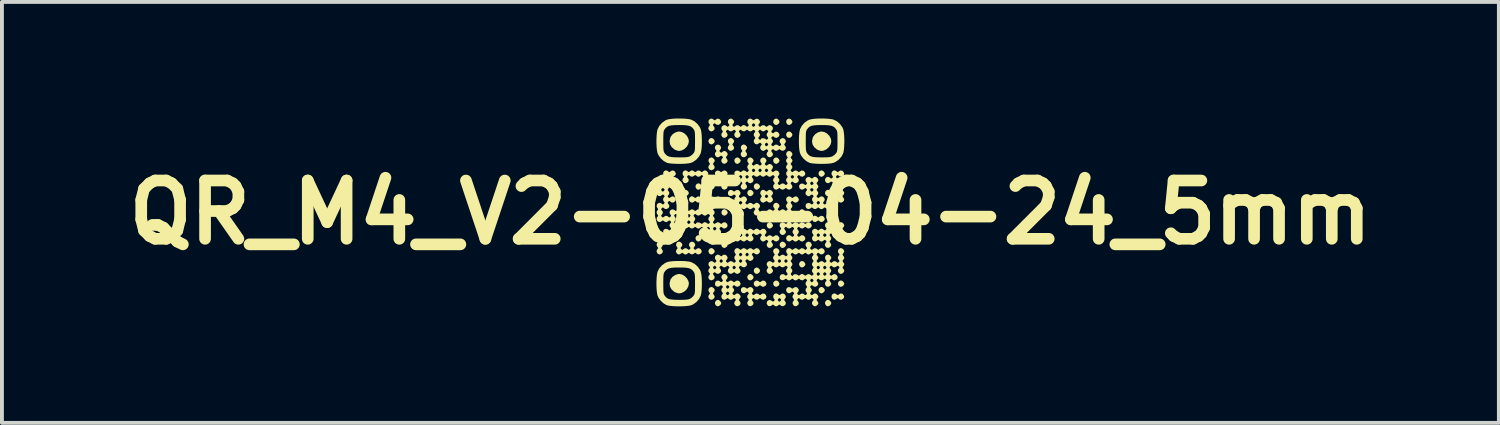
<source format=kicad_pcb>
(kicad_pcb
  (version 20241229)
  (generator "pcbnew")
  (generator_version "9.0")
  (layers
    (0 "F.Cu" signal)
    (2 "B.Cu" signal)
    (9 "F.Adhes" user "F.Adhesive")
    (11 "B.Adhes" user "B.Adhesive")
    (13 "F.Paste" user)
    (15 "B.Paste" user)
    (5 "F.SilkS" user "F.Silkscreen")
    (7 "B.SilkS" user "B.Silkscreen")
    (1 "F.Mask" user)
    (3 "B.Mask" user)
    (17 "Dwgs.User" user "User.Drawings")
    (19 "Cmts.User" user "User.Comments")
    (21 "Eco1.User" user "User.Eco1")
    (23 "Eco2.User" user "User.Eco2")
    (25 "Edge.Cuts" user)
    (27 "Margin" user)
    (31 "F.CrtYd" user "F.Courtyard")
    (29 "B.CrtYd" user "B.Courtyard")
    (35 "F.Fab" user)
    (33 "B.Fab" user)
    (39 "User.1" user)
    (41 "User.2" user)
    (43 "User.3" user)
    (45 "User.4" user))
  (footprint "QR_M4_V2-05-04-24_5mm"
    (layer "F.Cu")
    (at 16.264 2.418)
    (property "Reference" "QR_M4_V2-05-04-24_5mm" (at 0 0 0) (layer "F.SilkS") (effects (font (size 1.5 1.5) (thickness 0.3))))
    (attr board_only exclude_from_pos_files exclude_from_bom)
    (fp_poly (pts (xy 0.697 1.76) (xy 0.722 1.78) (xy 0.748 1.825) (xy 0.74 1.866) (xy 0.72 1.889) (xy 0.674 1.914) (xy 0.63 1.906) (xy 0.61 1.89) (xy 0.586 1.846) (xy 0.592 1.8) (xy 0.61 1.776) (xy 0.653 1.752)) (stroke (width 0) (type solid)) (fill yes) (layer "F.SilkS"))
    (fp_poly (pts (xy -1.798 -0.736) (xy -1.765 -0.704) (xy -1.75 -0.666) (xy -1.75 -0.664) (xy -1.764 -0.63) (xy -1.796 -0.6) (xy -1.833 -0.584) (xy -1.838 -0.583) (xy -1.87 -0.594) (xy -1.89 -0.61) (xy -1.912 -0.651) (xy -1.909 -0.695) (xy -1.884 -0.732) (xy -1.843 -0.75) (xy -1.835 -0.75)) (stroke (width 0) (type solid)) (fill yes) (layer "F.SilkS"))
    (fp_poly (pts (xy -1.631 -0.57) (xy -1.599 -0.537) (xy -1.583 -0.5) (xy -1.583 -0.497) (xy -1.597 -0.464) (xy -1.629 -0.433) (xy -1.666 -0.417) (xy -1.671 -0.417) (xy -1.704 -0.428) (xy -1.724 -0.443) (xy -1.746 -0.484) (xy -1.742 -0.528) (xy -1.718 -0.565) (xy -1.676 -0.583) (xy -1.668 -0.583)) (stroke (width 0) (type solid)) (fill yes) (layer "F.SilkS"))
    (fp_poly (pts (xy -1.298 -0.736) (xy -1.265 -0.704) (xy -1.25 -0.666) (xy -1.25 -0.664) (xy -1.264 -0.63) (xy -1.296 -0.6) (xy -1.333 -0.584) (xy -1.338 -0.583) (xy -1.37 -0.594) (xy -1.39 -0.61) (xy -1.412 -0.651) (xy -1.409 -0.695) (xy -1.384 -0.732) (xy -1.343 -0.75) (xy -1.335 -0.75)) (stroke (width 0) (type solid)) (fill yes) (layer "F.SilkS"))
    (fp_poly (pts (xy -1.298 0.597) (xy -1.265 0.629) (xy -1.25 0.667) (xy -1.25 0.67) (xy -1.264 0.703) (xy -1.296 0.734) (xy -1.333 0.75) (xy -1.338 0.75) (xy -1.37 0.739) (xy -1.39 0.724) (xy -1.412 0.683) (xy -1.409 0.638) (xy -1.384 0.602) (xy -1.343 0.584) (xy -1.335 0.583)) (stroke (width 0) (type solid)) (fill yes) (layer "F.SilkS"))
    (fp_poly (pts (xy -0.965 -1.903) (xy -0.932 -1.871) (xy -0.917 -1.833) (xy -0.917 -1.83) (xy -0.93 -1.797) (xy -0.962 -1.766) (xy -0.999 -1.75) (xy -1.004 -1.75) (xy -1.037 -1.761) (xy -1.057 -1.776) (xy -1.079 -1.817) (xy -1.076 -1.862) (xy -1.051 -1.898) (xy -1.01 -1.916) (xy -1.001 -1.917)) (stroke (width 0) (type solid)) (fill yes) (layer "F.SilkS"))
    (fp_poly (pts (xy -0.965 -0.736) (xy -0.932 -0.704) (xy -0.917 -0.666) (xy -0.917 -0.664) (xy -0.93 -0.63) (xy -0.962 -0.6) (xy -0.999 -0.584) (xy -1.004 -0.583) (xy -1.037 -0.594) (xy -1.057 -0.61) (xy -1.079 -0.651) (xy -1.076 -0.695) (xy -1.051 -0.732) (xy -1.01 -0.75) (xy -1.001 -0.75)) (stroke (width 0) (type solid)) (fill yes) (layer "F.SilkS"))
    (fp_poly (pts (xy -0.965 0.93) (xy -0.932 0.963) (xy -0.917 1) (xy -0.917 1.003) (xy -0.93 1.036) (xy -0.962 1.067) (xy -0.999 1.083) (xy -1.004 1.083) (xy -1.037 1.072) (xy -1.057 1.057) (xy -1.079 1.016) (xy -1.076 0.972) (xy -1.051 0.935) (xy -1.01 0.917) (xy -1.001 0.917)) (stroke (width 0) (type solid)) (fill yes) (layer "F.SilkS"))
    (fp_poly (pts (xy -0.798 2.264) (xy -0.765 2.296) (xy -0.75 2.334) (xy -0.75 2.336) (xy -0.764 2.37) (xy -0.796 2.4) (xy -0.833 2.416) (xy -0.838 2.417) (xy -0.87 2.406) (xy -0.89 2.39) (xy -0.912 2.349) (xy -0.909 2.305) (xy -0.884 2.268) (xy -0.843 2.25) (xy -0.835 2.25)) (stroke (width 0) (type solid)) (fill yes) (layer "F.SilkS"))
    (fp_poly (pts (xy -0.631 -0.07) (xy -0.599 -0.037) (xy -0.583 0.000213) (xy -0.583 0.003) (xy -0.597 0.036) (xy -0.629 0.067) (xy -0.666 0.083) (xy -0.671 0.083) (xy -0.704 0.072) (xy -0.724 0.057) (xy -0.746 0.016) (xy -0.742 -0.028) (xy -0.718 -0.065) (xy -0.676 -0.083) (xy -0.668 -0.083)) (stroke (width 0) (type solid)) (fill yes) (layer "F.SilkS"))
    (fp_poly (pts (xy -0.298 -1.403) (xy -0.265 -1.371) (xy -0.25 -1.333) (xy -0.25 -1.33) (xy -0.264 -1.297) (xy -0.296 -1.266) (xy -0.333 -1.25) (xy -0.338 -1.25) (xy -0.37 -1.261) (xy -0.39 -1.276) (xy -0.412 -1.317) (xy -0.409 -1.362) (xy -0.384 -1.398) (xy -0.343 -1.416) (xy -0.335 -1.417)) (stroke (width 0) (type solid)) (fill yes) (layer "F.SilkS"))
    (fp_poly (pts (xy 0.035 -0.57) (xy 0.068 -0.537) (xy 0.083 -0.5) (xy 0.083 -0.497) (xy 0.07 -0.464) (xy 0.038 -0.433) (xy 0.001 -0.417) (xy -0.004 -0.417) (xy -0.037 -0.428) (xy -0.057 -0.443) (xy -0.079 -0.484) (xy -0.076 -0.528) (xy -0.051 -0.565) (xy -0.01 -0.583) (xy -0.001 -0.583)) (stroke (width 0) (type solid)) (fill yes) (layer "F.SilkS"))
    (fp_poly (pts (xy 0.035 1.597) (xy 0.068 1.629) (xy 0.083 1.667) (xy 0.083 1.67) (xy 0.07 1.703) (xy 0.038 1.734) (xy 0.001 1.75) (xy -0.004 1.75) (xy -0.037 1.739) (xy -0.057 1.724) (xy -0.079 1.683) (xy -0.076 1.638) (xy -0.051 1.602) (xy -0.01 1.584) (xy -0.001 1.583)) (stroke (width 0) (type solid)) (fill yes) (layer "F.SilkS"))
    (fp_poly (pts (xy 0.202 -0.736) (xy 0.235 -0.704) (xy 0.25 -0.666) (xy 0.25 -0.664) (xy 0.236 -0.63) (xy 0.204 -0.6) (xy 0.167 -0.584) (xy 0.162 -0.583) (xy 0.13 -0.594) (xy 0.11 -0.61) (xy 0.088 -0.651) (xy 0.091 -0.695) (xy 0.116 -0.732) (xy 0.157 -0.75) (xy 0.165 -0.75)) (stroke (width 0) (type solid)) (fill yes) (layer "F.SilkS"))
    (fp_poly (pts (xy 0.202 1.43) (xy 0.235 1.463) (xy 0.25 1.5) (xy 0.25 1.503) (xy 0.236 1.536) (xy 0.204 1.567) (xy 0.167 1.583) (xy 0.162 1.583) (xy 0.13 1.572) (xy 0.11 1.557) (xy 0.088 1.516) (xy 0.091 1.472) (xy 0.116 1.435) (xy 0.157 1.417) (xy 0.165 1.417)) (stroke (width 0) (type solid)) (fill yes) (layer "F.SilkS"))
    (fp_poly (pts (xy 0.369 0.097) (xy 0.401 0.129) (xy 0.417 0.167) (xy 0.417 0.17) (xy 0.403 0.203) (xy 0.371 0.234) (xy 0.334 0.25) (xy 0.329 0.25) (xy 0.296 0.239) (xy 0.276 0.224) (xy 0.254 0.183) (xy 0.258 0.138) (xy 0.282 0.102) (xy 0.324 0.084) (xy 0.332 0.083)) (stroke (width 0) (type solid)) (fill yes) (layer "F.SilkS"))
    (fp_poly (pts (xy 0.535 0.264) (xy 0.568 0.296) (xy 0.583 0.334) (xy 0.583 0.336) (xy 0.57 0.37) (xy 0.538 0.4) (xy 0.501 0.416) (xy 0.496 0.417) (xy 0.463 0.406) (xy 0.443 0.39) (xy 0.421 0.349) (xy 0.424 0.305) (xy 0.449 0.268) (xy 0.49 0.25) (xy 0.499 0.25)) (stroke (width 0) (type solid)) (fill yes) (layer "F.SilkS"))
    (fp_poly (pts (xy 0.702 -2.403) (xy 0.735 -2.371) (xy 0.75 -2.333) (xy 0.75 -2.33) (xy 0.736 -2.297) (xy 0.704 -2.266) (xy 0.667 -2.25) (xy 0.662 -2.25) (xy 0.63 -2.261) (xy 0.61 -2.276) (xy 0.588 -2.317) (xy 0.591 -2.362) (xy 0.616 -2.398) (xy 0.657 -2.416) (xy 0.665 -2.417)) (stroke (width 0) (type solid)) (fill yes) (layer "F.SilkS"))
    (fp_poly (pts (xy 0.702 -1.403) (xy 0.735 -1.371) (xy 0.75 -1.333) (xy 0.75 -1.33) (xy 0.736 -1.297) (xy 0.704 -1.266) (xy 0.667 -1.25) (xy 0.662 -1.25) (xy 0.63 -1.261) (xy 0.61 -1.276) (xy 0.588 -1.317) (xy 0.591 -1.362) (xy 0.616 -1.398) (xy 0.657 -1.416) (xy 0.665 -1.417)) (stroke (width 0) (type solid)) (fill yes) (layer "F.SilkS"))
    (fp_poly (pts (xy 0.869 0.764) (xy 0.901 0.796) (xy 0.917 0.834) (xy 0.917 0.836) (xy 0.903 0.87) (xy 0.871 0.9) (xy 0.834 0.916) (xy 0.829 0.917) (xy 0.796 0.906) (xy 0.776 0.89) (xy 0.754 0.849) (xy 0.758 0.805) (xy 0.782 0.768) (xy 0.824 0.75) (xy 0.832 0.75)) (stroke (width 0) (type solid)) (fill yes) (layer "F.SilkS"))
    (fp_poly (pts (xy 1.035 -2.403) (xy 1.068 -2.371) (xy 1.083 -2.333) (xy 1.083 -2.33) (xy 1.07 -2.297) (xy 1.038 -2.266) (xy 1.001 -2.25) (xy 0.996 -2.25) (xy 0.963 -2.261) (xy 0.943 -2.276) (xy 0.921 -2.317) (xy 0.924 -2.362) (xy 0.949 -2.398) (xy 0.99 -2.416) (xy 0.999 -2.417)) (stroke (width 0) (type solid)) (fill yes) (layer "F.SilkS"))
    (fp_poly (pts (xy 1.035 -2.07) (xy 1.068 -2.037) (xy 1.083 -2) (xy 1.083 -1.997) (xy 1.07 -1.964) (xy 1.038 -1.933) (xy 1.001 -1.917) (xy 0.996 -1.917) (xy 0.963 -1.928) (xy 0.943 -1.943) (xy 0.921 -1.984) (xy 0.924 -2.028) (xy 0.949 -2.065) (xy 0.99 -2.083) (xy 0.999 -2.083)) (stroke (width 0) (type solid)) (fill yes) (layer "F.SilkS"))
    (fp_poly (pts (xy 1.369 -0.07) (xy 1.401 -0.037) (xy 1.417 0.000213) (xy 1.417 0.003) (xy 1.403 0.036) (xy 1.371 0.067) (xy 1.334 0.083) (xy 1.329 0.083) (xy 1.296 0.072) (xy 1.276 0.057) (xy 1.254 0.016) (xy 1.258 -0.028) (xy 1.282 -0.065) (xy 1.324 -0.083) (xy 1.332 -0.083)) (stroke (width 0) (type solid)) (fill yes) (layer "F.SilkS"))
    (fp_poly (pts (xy 1.369 1.264) (xy 1.401 1.296) (xy 1.417 1.334) (xy 1.417 1.336) (xy 1.403 1.37) (xy 1.371 1.4) (xy 1.334 1.416) (xy 1.329 1.417) (xy 1.296 1.406) (xy 1.276 1.39) (xy 1.254 1.349) (xy 1.258 1.305) (xy 1.282 1.268) (xy 1.324 1.25) (xy 1.332 1.25)) (stroke (width 0) (type solid)) (fill yes) (layer "F.SilkS"))
    (fp_poly (pts (xy 1.869 -1.07) (xy 1.901 -1.037) (xy 1.917 -1) (xy 1.917 -0.997) (xy 1.903 -0.964) (xy 1.871 -0.933) (xy 1.834 -0.917) (xy 1.829 -0.917) (xy 1.796 -0.928) (xy 1.776 -0.943) (xy 1.754 -0.984) (xy 1.758 -1.028) (xy 1.782 -1.065) (xy 1.824 -1.083) (xy 1.832 -1.083)) (stroke (width 0) (type solid)) (fill yes) (layer "F.SilkS"))
    (fp_poly (pts (xy 1.869 1.93) (xy 1.901 1.963) (xy 1.917 2) (xy 1.917 2.003) (xy 1.903 2.036) (xy 1.871 2.067) (xy 1.834 2.083) (xy 1.829 2.083) (xy 1.796 2.072) (xy 1.776 2.057) (xy 1.754 2.016) (xy 1.758 1.972) (xy 1.782 1.935) (xy 1.824 1.917) (xy 1.832 1.917)) (stroke (width 0) (type solid)) (fill yes) (layer "F.SilkS"))
    (fp_poly (pts (xy 2.035 -0.57) (xy 2.068 -0.537) (xy 2.083 -0.5) (xy 2.083 -0.497) (xy 2.07 -0.464) (xy 2.038 -0.433) (xy 2.001 -0.417) (xy 1.996 -0.417) (xy 1.963 -0.428) (xy 1.943 -0.443) (xy 1.921 -0.484) (xy 1.924 -0.528) (xy 1.949 -0.565) (xy 1.99 -0.583) (xy 1.999 -0.583)) (stroke (width 0) (type solid)) (fill yes) (layer "F.SilkS"))
    (fp_poly (pts (xy 2.035 2.264) (xy 2.068 2.296) (xy 2.083 2.334) (xy 2.083 2.336) (xy 2.07 2.37) (xy 2.038 2.4) (xy 2.001 2.416) (xy 1.996 2.417) (xy 1.963 2.406) (xy 1.943 2.39) (xy 1.921 2.349) (xy 1.924 2.305) (xy 1.949 2.268) (xy 1.99 2.25) (xy 1.999 2.25)) (stroke (width 0) (type solid)) (fill yes) (layer "F.SilkS"))
    (fp_poly (pts (xy 2.369 1.764) (xy 2.401 1.796) (xy 2.417 1.834) (xy 2.417 1.836) (xy 2.403 1.87) (xy 2.371 1.9) (xy 2.334 1.916) (xy 2.329 1.917) (xy 2.296 1.906) (xy 2.276 1.89) (xy 2.254 1.849) (xy 2.258 1.805) (xy 2.282 1.768) (xy 2.324 1.75) (xy 2.332 1.75)) (stroke (width 0) (type solid)) (fill yes) (layer "F.SilkS"))
    (fp_poly (pts (xy -1.758 -2.068) (xy -1.688 -2.027) (xy -1.631 -1.967) (xy -1.594 -1.895) (xy -1.583 -1.833) (xy -1.599 -1.758) (xy -1.64 -1.688) (xy -1.701 -1.631) (xy -1.773 -1.594) (xy -1.836 -1.583) (xy -1.886 -1.592) (xy -1.942 -1.614) (xy -1.957 -1.623) (xy -2.027 -1.683) (xy -2.069 -1.757) (xy -2.08 -1.84) (xy -2.06 -1.927) (xy -2.05 -1.95) (xy -2.001 -2.013) (xy -1.932 -2.059) (xy -1.854 -2.082) (xy -1.832 -2.083)) (stroke (width 0) (type solid)) (fill yes) (layer "F.SilkS"))
    (fp_poly (pts (xy -1.758 1.599) (xy -1.688 1.64) (xy -1.631 1.7) (xy -1.594 1.771) (xy -1.583 1.833) (xy -1.599 1.909) (xy -1.64 1.979) (xy -1.701 2.036) (xy -1.773 2.073) (xy -1.836 2.083) (xy -1.886 2.074) (xy -1.942 2.052) (xy -1.957 2.044) (xy -2.027 1.984) (xy -2.069 1.91) (xy -2.08 1.827) (xy -2.06 1.739) (xy -2.05 1.716) (xy -2.001 1.654) (xy -1.932 1.608) (xy -1.854 1.585) (xy -1.832 1.583)) (stroke (width 0) (type solid)) (fill yes) (layer "F.SilkS"))
    (fp_poly (pts (xy 1.909 -2.068) (xy 1.979 -2.027) (xy 2.036 -1.967) (xy 2.073 -1.895) (xy 2.083 -1.833) (xy 2.068 -1.758) (xy 2.026 -1.688) (xy 1.966 -1.631) (xy 1.894 -1.594) (xy 1.831 -1.583) (xy 1.781 -1.592) (xy 1.725 -1.614) (xy 1.71 -1.623) (xy 1.64 -1.683) (xy 1.598 -1.757) (xy 1.586 -1.84) (xy 1.606 -1.927) (xy 1.617 -1.95) (xy 1.666 -2.013) (xy 1.735 -2.059) (xy 1.812 -2.082) (xy 1.835 -2.083)) (stroke (width 0) (type solid)) (fill yes) (layer "F.SilkS"))
    (fp_poly (pts (xy -2.303 0.76) (xy -2.278 0.78) (xy -2.253 0.822) (xy -2.26 0.862) (xy -2.278 0.886) (xy -2.296 0.912) (xy -2.29 0.932) (xy -2.278 0.947) (xy -2.252 0.991) (xy -2.26 1.032) (xy -2.28 1.056) (xy -2.326 1.081) (xy -2.37 1.073) (xy -2.39 1.057) (xy -2.414 1.013) (xy -2.408 0.966) (xy -2.39 0.943) (xy -2.373 0.92) (xy -2.382 0.9) (xy -2.39 0.89) (xy -2.414 0.846) (xy -2.408 0.8) (xy -2.39 0.776) (xy -2.347 0.752)) (stroke (width 0) (type solid)) (fill yes) (layer "F.SilkS"))
    (fp_poly (pts (xy 0.197 1.761) (xy 0.219 1.777) (xy 0.244 1.795) (xy 0.263 1.788) (xy 0.275 1.777) (xy 0.319 1.752) (xy 0.364 1.76) (xy 0.389 1.78) (xy 0.414 1.825) (xy 0.406 1.866) (xy 0.386 1.889) (xy 0.341 1.914) (xy 0.297 1.906) (xy 0.275 1.89) (xy 0.252 1.872) (xy 0.232 1.878) (xy 0.219 1.89) (xy 0.173 1.914) (xy 0.129 1.906) (xy 0.11 1.89) (xy 0.086 1.846) (xy 0.092 1.8) (xy 0.11 1.776) (xy 0.152 1.752)) (stroke (width 0) (type solid)) (fill yes) (layer "F.SilkS"))
    (fp_poly (pts (xy -2.138 -1.073) (xy -2.115 -1.056) (xy -2.09 -1.038) (xy -2.07 -1.045) (xy -2.058 -1.056) (xy -2.014 -1.081) (xy -1.97 -1.073) (xy -1.944 -1.053) (xy -1.919 -1.009) (xy -1.927 -0.968) (xy -1.947 -0.944) (xy -1.993 -0.919) (xy -2.037 -0.927) (xy -2.058 -0.944) (xy -2.081 -0.962) (xy -2.101 -0.955) (xy -2.115 -0.944) (xy -2.16 -0.919) (xy -2.204 -0.927) (xy -2.224 -0.943) (xy -2.245 -0.983) (xy -2.242 -1.028) (xy -2.219 -1.064) (xy -2.18 -1.083) (xy -2.171 -1.083)) (stroke (width 0) (type solid)) (fill yes) (layer "F.SilkS"))
    (fp_poly (pts (xy -1.471 -0.406) (xy -1.448 -0.39) (xy -1.423 -0.372) (xy -1.403 -0.378) (xy -1.391 -0.39) (xy -1.348 -0.414) (xy -1.303 -0.407) (xy -1.278 -0.386) (xy -1.252 -0.342) (xy -1.26 -0.301) (xy -1.28 -0.278) (xy -1.326 -0.252) (xy -1.37 -0.26) (xy -1.391 -0.277) (xy -1.414 -0.295) (xy -1.435 -0.288) (xy -1.448 -0.277) (xy -1.493 -0.252) (xy -1.537 -0.261) (xy -1.557 -0.276) (xy -1.579 -0.317) (xy -1.576 -0.361) (xy -1.552 -0.398) (xy -1.513 -0.416) (xy -1.504 -0.417)) (stroke (width 0) (type solid)) (fill yes) (layer "F.SilkS"))
    (fp_poly (pts (xy 1.695 0.094) (xy 1.719 0.11) (xy 1.744 0.128) (xy 1.763 0.122) (xy 1.775 0.11) (xy 1.819 0.086) (xy 1.864 0.093) (xy 1.889 0.114) (xy 1.914 0.158) (xy 1.906 0.199) (xy 1.886 0.222) (xy 1.841 0.248) (xy 1.797 0.24) (xy 1.775 0.223) (xy 1.752 0.205) (xy 1.732 0.212) (xy 1.719 0.223) (xy 1.673 0.248) (xy 1.629 0.239) (xy 1.61 0.224) (xy 1.588 0.183) (xy 1.591 0.139) (xy 1.614 0.102) (xy 1.654 0.084) (xy 1.662 0.083)) (stroke (width 0) (type solid)) (fill yes) (layer "F.SilkS"))
    (fp_poly (pts (xy 2.195 2.094) (xy 2.219 2.11) (xy 2.244 2.128) (xy 2.263 2.122) (xy 2.275 2.11) (xy 2.319 2.086) (xy 2.364 2.093) (xy 2.389 2.114) (xy 2.414 2.158) (xy 2.406 2.199) (xy 2.386 2.222) (xy 2.341 2.248) (xy 2.297 2.24) (xy 2.275 2.223) (xy 2.252 2.205) (xy 2.232 2.212) (xy 2.219 2.223) (xy 2.173 2.248) (xy 2.129 2.239) (xy 2.11 2.224) (xy 2.088 2.183) (xy 2.091 2.139) (xy 2.114 2.102) (xy 2.154 2.084) (xy 2.162 2.083)) (stroke (width 0) (type solid)) (fill yes) (layer "F.SilkS"))
    (fp_poly (pts (xy -0.966 -1.403) (xy -0.933 -1.372) (xy -0.917 -1.337) (xy -0.917 -1.333) (xy -0.927 -1.304) (xy -0.944 -1.28) (xy -0.963 -1.255) (xy -0.957 -1.234) (xy -0.944 -1.22) (xy -0.919 -1.175) (xy -0.927 -1.134) (xy -0.947 -1.111) (xy -0.993 -1.086) (xy -1.037 -1.094) (xy -1.057 -1.11) (xy -1.079 -1.144) (xy -1.083 -1.167) (xy -1.072 -1.203) (xy -1.057 -1.224) (xy -1.04 -1.247) (xy -1.048 -1.267) (xy -1.057 -1.276) (xy -1.079 -1.317) (xy -1.076 -1.362) (xy -1.051 -1.398) (xy -1.01 -1.416) (xy -1.001 -1.417)) (stroke (width 0) (type solid)) (fill yes) (layer "F.SilkS"))
    (fp_poly (pts (xy -0.966 1.93) (xy -0.933 1.961) (xy -0.917 1.997) (xy -0.917 2) (xy -0.927 2.029) (xy -0.944 2.053) (xy -0.963 2.078) (xy -0.957 2.099) (xy -0.944 2.114) (xy -0.919 2.158) (xy -0.927 2.199) (xy -0.947 2.222) (xy -0.993 2.248) (xy -1.037 2.24) (xy -1.057 2.224) (xy -1.079 2.189) (xy -1.083 2.167) (xy -1.072 2.13) (xy -1.057 2.11) (xy -1.04 2.086) (xy -1.048 2.066) (xy -1.057 2.057) (xy -1.079 2.016) (xy -1.076 1.972) (xy -1.051 1.935) (xy -1.01 1.917) (xy -1.001 1.917)) (stroke (width 0) (type solid)) (fill yes) (layer "F.SilkS"))
    (fp_poly (pts (xy -0.466 -1.903) (xy -0.433 -1.872) (xy -0.417 -1.837) (xy -0.417 -1.833) (xy -0.427 -1.804) (xy -0.444 -1.78) (xy -0.463 -1.755) (xy -0.457 -1.734) (xy -0.444 -1.72) (xy -0.419 -1.675) (xy -0.427 -1.634) (xy -0.447 -1.611) (xy -0.493 -1.586) (xy -0.537 -1.594) (xy -0.557 -1.61) (xy -0.579 -1.644) (xy -0.583 -1.667) (xy -0.572 -1.703) (xy -0.557 -1.724) (xy -0.54 -1.747) (xy -0.548 -1.767) (xy -0.557 -1.776) (xy -0.579 -1.817) (xy -0.576 -1.862) (xy -0.551 -1.898) (xy -0.51 -1.916) (xy -0.501 -1.917)) (stroke (width 0) (type solid)) (fill yes) (layer "F.SilkS"))
    (fp_poly (pts (xy -0.132 -1.737) (xy -0.1 -1.706) (xy -0.084 -1.67) (xy -0.083 -1.667) (xy -0.094 -1.638) (xy -0.111 -1.614) (xy -0.129 -1.588) (xy -0.123 -1.568) (xy -0.111 -1.553) (xy -0.086 -1.509) (xy -0.094 -1.468) (xy -0.114 -1.444) (xy -0.16 -1.419) (xy -0.203 -1.427) (xy -0.224 -1.443) (xy -0.245 -1.478) (xy -0.25 -1.5) (xy -0.239 -1.537) (xy -0.224 -1.557) (xy -0.206 -1.58) (xy -0.215 -1.6) (xy -0.224 -1.61) (xy -0.246 -1.651) (xy -0.242 -1.695) (xy -0.218 -1.732) (xy -0.176 -1.75) (xy -0.168 -1.75)) (stroke (width 0) (type solid)) (fill yes) (layer "F.SilkS"))
    (fp_poly (pts (xy -0.971 -2.406) (xy -0.948 -2.39) (xy -0.923 -2.372) (xy -0.903 -2.378) (xy -0.891 -2.39) (xy -0.848 -2.414) (xy -0.803 -2.407) (xy -0.778 -2.386) (xy -0.752 -2.342) (xy -0.76 -2.301) (xy -0.78 -2.278) (xy -0.826 -2.252) (xy -0.87 -2.26) (xy -0.892 -2.277) (xy -0.915 -2.296) (xy -0.935 -2.289) (xy -0.946 -2.278) (xy -0.964 -2.255) (xy -0.957 -2.235) (xy -0.945 -2.22) (xy -0.919 -2.176) (xy -0.927 -2.135) (xy -0.947 -2.111) (xy -0.993 -2.086) (xy -1.037 -2.094) (xy -1.057 -2.11) (xy -1.079 -2.144) (xy -1.083 -2.167) (xy -1.072 -2.203) (xy -1.057 -2.224) (xy -1.04 -2.247) (xy -1.048 -2.267) (xy -1.057 -2.276) (xy -1.079 -2.317) (xy -1.076 -2.361) (xy -1.052 -2.398) (xy -1.013 -2.416) (xy -1.004 -2.417)) (stroke (width 0) (type solid)) (fill yes) (layer "F.SilkS"))
    (fp_poly (pts (xy 2.368 -0.737) (xy 2.4 -0.706) (xy 2.416 -0.67) (xy 2.417 -0.667) (xy 2.406 -0.638) (xy 2.389 -0.614) (xy 2.371 -0.588) (xy 2.377 -0.568) (xy 2.389 -0.553) (xy 2.411 -0.521) (xy 2.417 -0.5) (xy 2.406 -0.471) (xy 2.389 -0.447) (xy 2.371 -0.422) (xy 2.377 -0.401) (xy 2.389 -0.386) (xy 2.414 -0.342) (xy 2.406 -0.301) (xy 2.386 -0.278) (xy 2.34 -0.252) (xy 2.297 -0.26) (xy 2.276 -0.276) (xy 2.255 -0.311) (xy 2.25 -0.333) (xy 2.261 -0.37) (xy 2.276 -0.39) (xy 2.294 -0.414) (xy 2.285 -0.434) (xy 2.276 -0.443) (xy 2.255 -0.478) (xy 2.25 -0.5) (xy 2.261 -0.537) (xy 2.276 -0.557) (xy 2.294 -0.58) (xy 2.285 -0.6) (xy 2.276 -0.61) (xy 2.254 -0.651) (xy 2.258 -0.695) (xy 2.282 -0.732) (xy 2.324 -0.75) (xy 2.332 -0.75)) (stroke (width 0) (type solid)) (fill yes) (layer "F.SilkS"))
    (fp_poly (pts (xy 2.195 -1.073) (xy 2.219 -1.056) (xy 2.244 -1.038) (xy 2.263 -1.045) (xy 2.275 -1.056) (xy 2.319 -1.081) (xy 2.364 -1.073) (xy 2.389 -1.053) (xy 2.414 -1.009) (xy 2.406 -0.968) (xy 2.386 -0.944) (xy 2.341 -0.919) (xy 2.297 -0.927) (xy 2.275 -0.944) (xy 2.252 -0.962) (xy 2.232 -0.955) (xy 2.221 -0.945) (xy 2.203 -0.922) (xy 2.209 -0.902) (xy 2.222 -0.887) (xy 2.247 -0.843) (xy 2.24 -0.801) (xy 2.22 -0.778) (xy 2.174 -0.752) (xy 2.13 -0.76) (xy 2.109 -0.777) (xy 2.086 -0.795) (xy 2.065 -0.788) (xy 2.052 -0.777) (xy 2.007 -0.752) (xy 1.963 -0.761) (xy 1.943 -0.776) (xy 1.921 -0.817) (xy 1.924 -0.861) (xy 1.948 -0.898) (xy 1.987 -0.916) (xy 1.996 -0.917) (xy 2.029 -0.906) (xy 2.052 -0.89) (xy 2.077 -0.872) (xy 2.097 -0.878) (xy 2.109 -0.89) (xy 2.127 -0.913) (xy 2.119 -0.933) (xy 2.11 -0.943) (xy 2.088 -0.983) (xy 2.091 -1.028) (xy 2.114 -1.064) (xy 2.154 -1.083) (xy 2.162 -1.083)) (stroke (width 0) (type solid)) (fill yes) (layer "F.SilkS"))
    (fp_poly (pts (xy -0.803 -1.74) (xy -0.778 -1.72) (xy -0.753 -1.678) (xy -0.76 -1.638) (xy -0.778 -1.613) (xy -0.797 -1.588) (xy -0.791 -1.568) (xy -0.779 -1.555) (xy -0.756 -1.538) (xy -0.737 -1.545) (xy -0.725 -1.556) (xy -0.691 -1.578) (xy -0.668 -1.583) (xy -0.632 -1.57) (xy -0.6 -1.539) (xy -0.584 -1.503) (xy -0.583 -1.5) (xy -0.594 -1.471) (xy -0.611 -1.447) (xy -0.629 -1.422) (xy -0.623 -1.401) (xy -0.611 -1.386) (xy -0.586 -1.342) (xy -0.594 -1.301) (xy -0.614 -1.278) (xy -0.66 -1.252) (xy -0.703 -1.26) (xy -0.724 -1.276) (xy -0.745 -1.311) (xy -0.75 -1.333) (xy -0.739 -1.37) (xy -0.724 -1.39) (xy -0.706 -1.413) (xy -0.715 -1.433) (xy -0.725 -1.444) (xy -0.748 -1.462) (xy -0.768 -1.455) (xy -0.781 -1.444) (xy -0.827 -1.419) (xy -0.871 -1.427) (xy -0.89 -1.443) (xy -0.914 -1.487) (xy -0.908 -1.534) (xy -0.89 -1.557) (xy -0.873 -1.58) (xy -0.882 -1.6) (xy -0.89 -1.61) (xy -0.914 -1.654) (xy -0.908 -1.7) (xy -0.89 -1.724) (xy -0.847 -1.748)) (stroke (width 0) (type solid)) (fill yes) (layer "F.SilkS"))
    (fp_poly (pts (xy -0.636 -1.073) (xy -0.611 -1.053) (xy -0.586 -1.011) (xy -0.593 -0.971) (xy -0.611 -0.947) (xy -0.629 -0.922) (xy -0.623 -0.901) (xy -0.611 -0.886) (xy -0.589 -0.854) (xy -0.583 -0.833) (xy -0.594 -0.804) (xy -0.611 -0.78) (xy -0.629 -0.755) (xy -0.623 -0.734) (xy -0.611 -0.72) (xy -0.586 -0.675) (xy -0.594 -0.634) (xy -0.614 -0.611) (xy -0.66 -0.586) (xy -0.703 -0.594) (xy -0.724 -0.61) (xy -0.745 -0.644) (xy -0.75 -0.667) (xy -0.739 -0.703) (xy -0.724 -0.724) (xy -0.706 -0.747) (xy -0.715 -0.767) (xy -0.724 -0.776) (xy -0.745 -0.811) (xy -0.75 -0.833) (xy -0.739 -0.87) (xy -0.724 -0.89) (xy -0.706 -0.913) (xy -0.715 -0.933) (xy -0.725 -0.944) (xy -0.747 -0.961) (xy -0.767 -0.955) (xy -0.783 -0.942) (xy -0.826 -0.92) (xy -0.867 -0.926) (xy -0.899 -0.953) (xy -0.913 -0.995) (xy -0.908 -1.033) (xy -0.883 -1.066) (xy -0.842 -1.079) (xy -0.799 -1.069) (xy -0.783 -1.058) (xy -0.758 -1.039) (xy -0.738 -1.044) (xy -0.725 -1.056) (xy -0.681 -1.081)) (stroke (width 0) (type solid)) (fill yes) (layer "F.SilkS"))
    (fp_poly (pts (xy 0.534 -0.57) (xy 0.567 -0.539) (xy 0.583 -0.503) (xy 0.583 -0.5) (xy 0.573 -0.471) (xy 0.556 -0.447) (xy 0.537 -0.422) (xy 0.543 -0.401) (xy 0.556 -0.386) (xy 0.581 -0.342) (xy 0.573 -0.301) (xy 0.553 -0.278) (xy 0.507 -0.252) (xy 0.463 -0.26) (xy 0.442 -0.277) (xy 0.419 -0.295) (xy 0.399 -0.288) (xy 0.385 -0.277) (xy 0.34 -0.252) (xy 0.296 -0.261) (xy 0.276 -0.276) (xy 0.255 -0.311) (xy 0.25 -0.333) (xy 0.261 -0.37) (xy 0.276 -0.39) (xy 0.294 -0.414) (xy 0.291 -0.42) (xy 0.37 -0.42) (xy 0.38 -0.395) (xy 0.383 -0.393) (xy 0.405 -0.37) (xy 0.424 -0.373) (xy 0.444 -0.392) (xy 0.46 -0.414) (xy 0.451 -0.435) (xy 0.442 -0.444) (xy 0.418 -0.462) (xy 0.399 -0.455) (xy 0.388 -0.445) (xy 0.37 -0.42) (xy 0.291 -0.42) (xy 0.285 -0.434) (xy 0.276 -0.443) (xy 0.255 -0.483) (xy 0.258 -0.528) (xy 0.281 -0.564) (xy 0.32 -0.583) (xy 0.329 -0.583) (xy 0.362 -0.573) (xy 0.385 -0.556) (xy 0.41 -0.538) (xy 0.43 -0.545) (xy 0.442 -0.556) (xy 0.476 -0.578) (xy 0.499 -0.583)) (stroke (width 0) (type solid)) (fill yes) (layer "F.SilkS"))
    (fp_poly (pts (xy 0.695 2.094) (xy 0.719 2.11) (xy 0.744 2.128) (xy 0.763 2.122) (xy 0.775 2.11) (xy 0.819 2.086) (xy 0.864 2.093) (xy 0.889 2.114) (xy 0.914 2.156) (xy 0.907 2.196) (xy 0.889 2.22) (xy 0.871 2.245) (xy 0.877 2.266) (xy 0.889 2.28) (xy 0.914 2.325) (xy 0.906 2.366) (xy 0.886 2.389) (xy 0.841 2.414) (xy 0.797 2.406) (xy 0.775 2.39) (xy 0.752 2.372) (xy 0.732 2.378) (xy 0.719 2.39) (xy 0.685 2.411) (xy 0.662 2.417) (xy 0.63 2.406) (xy 0.609 2.39) (xy 0.586 2.372) (xy 0.565 2.378) (xy 0.552 2.39) (xy 0.507 2.414) (xy 0.463 2.406) (xy 0.443 2.39) (xy 0.419 2.346) (xy 0.426 2.3) (xy 0.443 2.276) (xy 0.485 2.252) (xy 0.53 2.261) (xy 0.552 2.277) (xy 0.577 2.295) (xy 0.597 2.288) (xy 0.609 2.277) (xy 0.627 2.254) (xy 0.624 2.247) (xy 0.704 2.247) (xy 0.714 2.271) (xy 0.716 2.274) (xy 0.738 2.296) (xy 0.757 2.293) (xy 0.777 2.275) (xy 0.793 2.253) (xy 0.784 2.232) (xy 0.775 2.223) (xy 0.752 2.204) (xy 0.732 2.212) (xy 0.721 2.222) (xy 0.704 2.247) (xy 0.624 2.247) (xy 0.619 2.234) (xy 0.61 2.224) (xy 0.588 2.183) (xy 0.591 2.139) (xy 0.614 2.102) (xy 0.654 2.084) (xy 0.662 2.083)) (stroke (width 0) (type solid)) (fill yes) (layer "F.SilkS"))
    (fp_poly (pts (xy 0.03 1.927) (xy 0.056 1.947) (xy 0.081 1.989) (xy 0.074 2.029) (xy 0.055 2.053) (xy 0.037 2.079) (xy 0.042 2.098) (xy 0.054 2.111) (xy 0.077 2.129) (xy 0.097 2.122) (xy 0.108 2.111) (xy 0.151 2.086) (xy 0.196 2.094) (xy 0.219 2.11) (xy 0.244 2.128) (xy 0.263 2.122) (xy 0.275 2.11) (xy 0.319 2.086) (xy 0.364 2.093) (xy 0.389 2.114) (xy 0.414 2.158) (xy 0.406 2.199) (xy 0.386 2.222) (xy 0.341 2.248) (xy 0.297 2.24) (xy 0.275 2.223) (xy 0.252 2.205) (xy 0.232 2.212) (xy 0.219 2.223) (xy 0.173 2.248) (xy 0.129 2.239) (xy 0.108 2.223) (xy 0.085 2.204) (xy 0.065 2.211) (xy 0.054 2.222) (xy 0.036 2.245) (xy 0.043 2.265) (xy 0.055 2.28) (xy 0.081 2.324) (xy 0.073 2.365) (xy 0.053 2.389) (xy 0.007 2.414) (xy -0.037 2.406) (xy -0.057 2.39) (xy -0.081 2.346) (xy -0.074 2.3) (xy -0.057 2.276) (xy -0.04 2.253) (xy -0.048 2.233) (xy -0.057 2.224) (xy -0.079 2.189) (xy -0.083 2.167) (xy -0.072 2.13) (xy -0.057 2.11) (xy -0.04 2.087) (xy -0.048 2.067) (xy -0.058 2.056) (xy -0.08 2.039) (xy -0.101 2.045) (xy -0.117 2.058) (xy -0.159 2.08) (xy -0.2 2.074) (xy -0.232 2.047) (xy -0.246 2.005) (xy -0.242 1.967) (xy -0.216 1.934) (xy -0.175 1.921) (xy -0.132 1.931) (xy -0.117 1.942) (xy -0.091 1.961) (xy -0.072 1.956) (xy -0.058 1.944) (xy -0.014 1.919)) (stroke (width 0) (type solid)) (fill yes) (layer "F.SilkS"))
    (fp_poly (pts (xy -1.799 0.763) (xy -1.766 0.794) (xy -1.75 0.83) (xy -1.75 0.833) (xy -1.76 0.862) (xy -1.778 0.887) (xy -1.797 0.912) (xy -1.791 0.932) (xy -1.779 0.945) (xy -1.756 0.962) (xy -1.737 0.955) (xy -1.725 0.944) (xy -1.682 0.919) (xy -1.637 0.927) (xy -1.615 0.944) (xy -1.59 0.962) (xy -1.57 0.955) (xy -1.558 0.944) (xy -1.54 0.92) (xy -1.548 0.9) (xy -1.557 0.89) (xy -1.581 0.846) (xy -1.574 0.8) (xy -1.557 0.776) (xy -1.514 0.752) (xy -1.469 0.76) (xy -1.444 0.78) (xy -1.419 0.822) (xy -1.426 0.862) (xy -1.445 0.887) (xy -1.463 0.912) (xy -1.458 0.932) (xy -1.446 0.945) (xy -1.423 0.962) (xy -1.403 0.955) (xy -1.392 0.944) (xy -1.348 0.919) (xy -1.303 0.927) (xy -1.278 0.947) (xy -1.252 0.991) (xy -1.26 1.032) (xy -1.28 1.056) (xy -1.326 1.081) (xy -1.37 1.073) (xy -1.391 1.056) (xy -1.414 1.038) (xy -1.435 1.045) (xy -1.448 1.056) (xy -1.493 1.081) (xy -1.537 1.073) (xy -1.558 1.056) (xy -1.581 1.038) (xy -1.601 1.045) (xy -1.615 1.056) (xy -1.649 1.078) (xy -1.671 1.083) (xy -1.704 1.072) (xy -1.725 1.056) (xy -1.748 1.038) (xy -1.768 1.045) (xy -1.781 1.056) (xy -1.827 1.081) (xy -1.871 1.073) (xy -1.89 1.057) (xy -1.912 1.022) (xy -1.917 1) (xy -1.905 0.963) (xy -1.89 0.943) (xy -1.873 0.92) (xy -1.882 0.9) (xy -1.89 0.89) (xy -1.912 0.849) (xy -1.909 0.805) (xy -1.884 0.768) (xy -1.843 0.75) (xy -1.835 0.75)) (stroke (width 0) (type solid)) (fill yes) (layer "F.SilkS"))
    (fp_poly (pts (xy -1.132 -1.07) (xy -1.1 -1.039) (xy -1.084 -1.003) (xy -1.083 -1) (xy -1.094 -0.971) (xy -1.111 -0.947) (xy -1.129 -0.922) (xy -1.123 -0.901) (xy -1.111 -0.886) (xy -1.089 -0.853) (xy -1.083 -0.83) (xy -1.097 -0.797) (xy -1.129 -0.766) (xy -1.166 -0.75) (xy -1.171 -0.75) (xy -1.209 -0.764) (xy -1.239 -0.798) (xy -1.25 -0.833) (xy -1.239 -0.87) (xy -1.224 -0.89) (xy -1.206 -0.913) (xy -1.215 -0.933) (xy -1.225 -0.944) (xy -1.248 -0.962) (xy -1.268 -0.955) (xy -1.281 -0.944) (xy -1.315 -0.922) (xy -1.338 -0.917) (xy -1.37 -0.928) (xy -1.391 -0.944) (xy -1.414 -0.962) (xy -1.435 -0.955) (xy -1.448 -0.944) (xy -1.493 -0.919) (xy -1.537 -0.927) (xy -1.558 -0.944) (xy -1.582 -0.962) (xy -1.601 -0.955) (xy -1.613 -0.945) (xy -1.63 -0.922) (xy -1.624 -0.902) (xy -1.611 -0.887) (xy -1.586 -0.843) (xy -1.594 -0.801) (xy -1.614 -0.778) (xy -1.66 -0.752) (xy -1.703 -0.76) (xy -1.724 -0.776) (xy -1.745 -0.811) (xy -1.75 -0.833) (xy -1.739 -0.87) (xy -1.724 -0.89) (xy -1.706 -0.914) (xy -1.715 -0.934) (xy -1.724 -0.943) (xy -1.745 -0.983) (xy -1.742 -1.028) (xy -1.719 -1.064) (xy -1.68 -1.083) (xy -1.671 -1.083) (xy -1.638 -1.073) (xy -1.615 -1.056) (xy -1.59 -1.038) (xy -1.57 -1.045) (xy -1.558 -1.056) (xy -1.525 -1.078) (xy -1.504 -1.083) (xy -1.471 -1.073) (xy -1.448 -1.056) (xy -1.423 -1.038) (xy -1.403 -1.045) (xy -1.391 -1.056) (xy -1.348 -1.081) (xy -1.304 -1.073) (xy -1.281 -1.056) (xy -1.256 -1.038) (xy -1.237 -1.045) (xy -1.225 -1.056) (xy -1.19 -1.078) (xy -1.168 -1.083)) (stroke (width 0) (type solid)) (fill yes) (layer "F.SilkS"))
    (fp_poly (pts (xy -1.682 -2.413) (xy -1.594 -2.404) (xy -1.528 -2.39) (xy -1.525 -2.389) (xy -1.437 -2.344) (xy -1.359 -2.274) (xy -1.299 -2.19) (xy -1.278 -2.142) (xy -1.263 -2.078) (xy -1.254 -1.991) (xy -1.249 -1.89) (xy -1.249 -1.784) (xy -1.253 -1.682) (xy -1.263 -1.594) (xy -1.277 -1.528) (xy -1.278 -1.525) (xy -1.323 -1.437) (xy -1.392 -1.359) (xy -1.476 -1.299) (xy -1.525 -1.278) (xy -1.585 -1.264) (xy -1.668 -1.255) (xy -1.767 -1.251) (xy -1.871 -1.25) (xy -1.973 -1.254) (xy -2.062 -1.261) (xy -2.131 -1.273) (xy -2.149 -1.279) (xy -2.229 -1.322) (xy -2.303 -1.388) (xy -2.362 -1.467) (xy -2.389 -1.525) (xy -2.403 -1.588) (xy -2.413 -1.675) (xy -2.418 -1.777) (xy -2.418 -1.833) (xy -2.242 -1.833) (xy -2.241 -1.734) (xy -2.24 -1.662) (xy -2.237 -1.612) (xy -2.231 -1.577) (xy -2.222 -1.551) (xy -2.209 -1.529) (xy -2.205 -1.523) (xy -2.172 -1.484) (xy -2.135 -1.455) (xy -2.087 -1.436) (xy -2.023 -1.424) (xy -1.937 -1.419) (xy -1.836 -1.417) (xy -1.735 -1.418) (xy -1.66 -1.421) (xy -1.607 -1.428) (xy -1.569 -1.438) (xy -1.556 -1.444) (xy -1.507 -1.477) (xy -1.464 -1.521) (xy -1.462 -1.523) (xy -1.448 -1.545) (xy -1.438 -1.569) (xy -1.431 -1.601) (xy -1.427 -1.646) (xy -1.426 -1.711) (xy -1.425 -1.802) (xy -1.425 -1.833) (xy -1.425 -1.933) (xy -1.427 -2.004) (xy -1.43 -2.055) (xy -1.436 -2.09) (xy -1.445 -2.115) (xy -1.458 -2.137) (xy -1.462 -2.144) (xy -1.496 -2.184) (xy -1.534 -2.212) (xy -1.584 -2.232) (xy -1.651 -2.243) (xy -1.74 -2.249) (xy -1.833 -2.25) (xy -1.945 -2.248) (xy -2.03 -2.242) (xy -2.093 -2.229) (xy -2.14 -2.208) (xy -2.178 -2.177) (xy -2.204 -2.144) (xy -2.219 -2.122) (xy -2.229 -2.098) (xy -2.235 -2.066) (xy -2.239 -2.02) (xy -2.241 -1.955) (xy -2.242 -1.864) (xy -2.242 -1.833) (xy -2.418 -1.833) (xy -2.418 -1.883) (xy -2.413 -1.985) (xy -2.404 -2.073) (xy -2.39 -2.138) (xy -2.389 -2.142) (xy -2.344 -2.229) (xy -2.274 -2.308) (xy -2.19 -2.368) (xy -2.142 -2.389) (xy -2.078 -2.403) (xy -1.991 -2.413) (xy -1.89 -2.418) (xy -1.784 -2.418)) (stroke (width 0) (type solid)) (fill yes) (layer "F.SilkS"))
    (fp_poly (pts (xy -1.682 1.253) (xy -1.594 1.263) (xy -1.528 1.276) (xy -1.525 1.278) (xy -1.437 1.323) (xy -1.359 1.392) (xy -1.299 1.476) (xy -1.278 1.525) (xy -1.263 1.588) (xy -1.254 1.675) (xy -1.249 1.777) (xy -1.249 1.883) (xy -1.253 1.985) (xy -1.263 2.073) (xy -1.277 2.138) (xy -1.278 2.142) (xy -1.323 2.229) (xy -1.392 2.308) (xy -1.476 2.368) (xy -1.525 2.389) (xy -1.585 2.402) (xy -1.668 2.411) (xy -1.767 2.416) (xy -1.871 2.417) (xy -1.973 2.413) (xy -2.062 2.405) (xy -2.131 2.393) (xy -2.149 2.388) (xy -2.229 2.345) (xy -2.303 2.279) (xy -2.362 2.199) (xy -2.389 2.142) (xy -2.403 2.078) (xy -2.413 1.991) (xy -2.418 1.89) (xy -2.418 1.833) (xy -2.242 1.833) (xy -2.241 1.933) (xy -2.24 2.004) (xy -2.237 2.055) (xy -2.231 2.09) (xy -2.222 2.115) (xy -2.209 2.137) (xy -2.205 2.143) (xy -2.172 2.183) (xy -2.135 2.212) (xy -2.087 2.231) (xy -2.023 2.242) (xy -1.937 2.248) (xy -1.836 2.25) (xy -1.735 2.249) (xy -1.66 2.245) (xy -1.607 2.239) (xy -1.569 2.228) (xy -1.556 2.223) (xy -1.507 2.19) (xy -1.464 2.146) (xy -1.462 2.144) (xy -1.448 2.122) (xy -1.438 2.098) (xy -1.431 2.066) (xy -1.427 2.02) (xy -1.426 1.955) (xy -1.425 1.864) (xy -1.425 1.833) (xy -1.425 1.734) (xy -1.427 1.662) (xy -1.43 1.612) (xy -1.436 1.577) (xy -1.445 1.551) (xy -1.458 1.529) (xy -1.462 1.523) (xy -1.496 1.483) (xy -1.534 1.454) (xy -1.584 1.435) (xy -1.651 1.423) (xy -1.74 1.418) (xy -1.833 1.417) (xy -1.945 1.418) (xy -2.03 1.425) (xy -2.093 1.438) (xy -2.14 1.459) (xy -2.178 1.49) (xy -2.204 1.523) (xy -2.219 1.545) (xy -2.229 1.569) (xy -2.235 1.601) (xy -2.239 1.646) (xy -2.241 1.711) (xy -2.242 1.802) (xy -2.242 1.833) (xy -2.418 1.833) (xy -2.418 1.784) (xy -2.413 1.682) (xy -2.404 1.594) (xy -2.39 1.528) (xy -2.389 1.525) (xy -2.344 1.437) (xy -2.274 1.359) (xy -2.19 1.299) (xy -2.142 1.278) (xy -2.078 1.263) (xy -1.991 1.254) (xy -1.89 1.249) (xy -1.784 1.249)) (stroke (width 0) (type solid)) (fill yes) (layer "F.SilkS"))
    (fp_poly (pts (xy 1.985 -2.413) (xy 2.073 -2.404) (xy 2.138 -2.39) (xy 2.142 -2.389) (xy 2.229 -2.344) (xy 2.308 -2.274) (xy 2.368 -2.19) (xy 2.389 -2.142) (xy 2.403 -2.078) (xy 2.413 -1.991) (xy 2.418 -1.89) (xy 2.418 -1.784) (xy 2.413 -1.682) (xy 2.404 -1.594) (xy 2.39 -1.528) (xy 2.389 -1.525) (xy 2.344 -1.437) (xy 2.274 -1.359) (xy 2.19 -1.299) (xy 2.142 -1.278) (xy 2.082 -1.264) (xy 1.998 -1.255) (xy 1.9 -1.251) (xy 1.795 -1.25) (xy 1.694 -1.254) (xy 1.605 -1.261) (xy 1.536 -1.273) (xy 1.518 -1.279) (xy 1.438 -1.322) (xy 1.363 -1.388) (xy 1.304 -1.467) (xy 1.278 -1.525) (xy 1.263 -1.588) (xy 1.254 -1.675) (xy 1.249 -1.777) (xy 1.249 -1.833) (xy 1.425 -1.833) (xy 1.425 -1.734) (xy 1.427 -1.662) (xy 1.43 -1.612) (xy 1.436 -1.577) (xy 1.445 -1.551) (xy 1.458 -1.529) (xy 1.462 -1.523) (xy 1.495 -1.484) (xy 1.532 -1.455) (xy 1.58 -1.436) (xy 1.644 -1.424) (xy 1.73 -1.419) (xy 1.831 -1.417) (xy 1.932 -1.418) (xy 2.006 -1.421) (xy 2.06 -1.428) (xy 2.098 -1.438) (xy 2.11 -1.444) (xy 2.16 -1.477) (xy 2.203 -1.521) (xy 2.204 -1.523) (xy 2.219 -1.545) (xy 2.229 -1.569) (xy 2.235 -1.601) (xy 2.239 -1.646) (xy 2.241 -1.711) (xy 2.242 -1.802) (xy 2.242 -1.833) (xy 2.241 -1.933) (xy 2.24 -2.004) (xy 2.237 -2.055) (xy 2.231 -2.09) (xy 2.222 -2.115) (xy 2.209 -2.137) (xy 2.204 -2.144) (xy 2.171 -2.184) (xy 2.132 -2.212) (xy 2.082 -2.232) (xy 2.016 -2.243) (xy 1.926 -2.249) (xy 1.833 -2.25) (xy 1.721 -2.248) (xy 1.637 -2.242) (xy 1.574 -2.229) (xy 1.526 -2.208) (xy 1.489 -2.177) (xy 1.462 -2.144) (xy 1.448 -2.122) (xy 1.438 -2.098) (xy 1.431 -2.066) (xy 1.427 -2.02) (xy 1.426 -1.955) (xy 1.425 -1.864) (xy 1.425 -1.833) (xy 1.249 -1.833) (xy 1.249 -1.883) (xy 1.253 -1.985) (xy 1.263 -2.073) (xy 1.276 -2.138) (xy 1.278 -2.142) (xy 1.323 -2.229) (xy 1.392 -2.308) (xy 1.476 -2.368) (xy 1.525 -2.389) (xy 1.588 -2.403) (xy 1.675 -2.413) (xy 1.777 -2.418) (xy 1.883 -2.418)) (stroke (width 0) (type solid)) (fill yes) (layer "F.SilkS"))
    (fp_poly (pts (xy -0.303 -0.573) (xy -0.278 -0.553) (xy -0.253 -0.511) (xy -0.26 -0.471) (xy -0.278 -0.447) (xy -0.297 -0.421) (xy -0.291 -0.402) (xy -0.279 -0.389) (xy -0.256 -0.371) (xy -0.237 -0.378) (xy -0.225 -0.389) (xy -0.181 -0.414) (xy -0.136 -0.407) (xy -0.111 -0.386) (xy -0.086 -0.344) (xy -0.093 -0.305) (xy -0.111 -0.28) (xy -0.13 -0.254) (xy -0.125 -0.235) (xy -0.113 -0.222) (xy -0.09 -0.204) (xy -0.07 -0.212) (xy -0.058 -0.223) (xy -0.015 -0.248) (xy 0.029 -0.24) (xy 0.052 -0.223) (xy 0.077 -0.205) (xy 0.097 -0.212) (xy 0.109 -0.223) (xy 0.143 -0.245) (xy 0.165 -0.25) (xy 0.201 -0.237) (xy 0.234 -0.206) (xy 0.25 -0.17) (xy 0.25 -0.167) (xy 0.24 -0.138) (xy 0.222 -0.114) (xy 0.204 -0.088) (xy 0.21 -0.068) (xy 0.222 -0.053) (xy 0.248 -0.009) (xy 0.24 0.032) (xy 0.22 0.056) (xy 0.174 0.081) (xy 0.13 0.073) (xy 0.11 0.057) (xy 0.088 0.022) (xy 0.083 0) (xy 0.095 -0.037) (xy 0.11 -0.057) (xy 0.127 -0.08) (xy 0.119 -0.1) (xy 0.109 -0.11) (xy 0.086 -0.128) (xy 0.065 -0.122) (xy 0.052 -0.11) (xy 0.018 -0.089) (xy -0.004 -0.083) (xy -0.037 -0.094) (xy -0.058 -0.11) (xy -0.081 -0.128) (xy -0.101 -0.122) (xy -0.115 -0.11) (xy -0.149 -0.089) (xy -0.171 -0.083) (xy -0.204 -0.094) (xy -0.225 -0.11) (xy -0.248 -0.128) (xy -0.268 -0.122) (xy -0.281 -0.11) (xy -0.327 -0.086) (xy -0.371 -0.094) (xy -0.391 -0.11) (xy -0.414 -0.128) (xy -0.434 -0.122) (xy -0.45 -0.108) (xy -0.491 -0.089) (xy -0.534 -0.093) (xy -0.568 -0.118) (xy -0.575 -0.133) (xy -0.578 -0.184) (xy -0.558 -0.223) (xy -0.523 -0.245) (xy -0.481 -0.244) (xy -0.45 -0.225) (xy -0.424 -0.206) (xy -0.405 -0.211) (xy -0.391 -0.223) (xy -0.373 -0.246) (xy -0.376 -0.253) (xy -0.296 -0.253) (xy -0.286 -0.229) (xy -0.284 -0.226) (xy -0.262 -0.204) (xy -0.243 -0.207) (xy -0.223 -0.225) (xy -0.207 -0.247) (xy -0.216 -0.268) (xy -0.225 -0.277) (xy -0.248 -0.296) (xy -0.268 -0.288) (xy -0.279 -0.278) (xy -0.296 -0.253) (xy -0.376 -0.253) (xy -0.381 -0.266) (xy -0.39 -0.276) (xy -0.414 -0.32) (xy -0.408 -0.367) (xy -0.39 -0.39) (xy -0.373 -0.413) (xy -0.381 -0.433) (xy -0.391 -0.444) (xy -0.414 -0.461) (xy -0.434 -0.455) (xy -0.45 -0.442) (xy -0.491 -0.422) (xy -0.534 -0.427) (xy -0.568 -0.451) (xy -0.575 -0.467) (xy -0.578 -0.517) (xy -0.558 -0.556) (xy -0.523 -0.578) (xy -0.481 -0.577) (xy -0.45 -0.558) (xy -0.424 -0.539) (xy -0.405 -0.544) (xy -0.391 -0.556) (xy -0.348 -0.581)) (stroke (width 0) (type solid)) (fill yes) (layer "F.SilkS"))
    (fp_poly (pts (xy -0.632 1.597) (xy -0.6 1.628) (xy -0.584 1.663) (xy -0.583 1.667) (xy -0.594 1.696) (xy -0.611 1.72) (xy -0.63 1.746) (xy -0.625 1.765) (xy -0.613 1.778) (xy -0.59 1.796) (xy -0.57 1.788) (xy -0.558 1.777) (xy -0.515 1.752) (xy -0.471 1.76) (xy -0.448 1.777) (xy -0.423 1.795) (xy -0.403 1.788) (xy -0.391 1.777) (xy -0.348 1.752) (xy -0.303 1.76) (xy -0.278 1.78) (xy -0.252 1.825) (xy -0.26 1.866) (xy -0.28 1.889) (xy -0.326 1.914) (xy -0.37 1.906) (xy -0.392 1.889) (xy -0.415 1.871) (xy -0.435 1.878) (xy -0.446 1.889) (xy -0.464 1.912) (xy -0.457 1.932) (xy -0.445 1.947) (xy -0.423 1.979) (xy -0.417 2) (xy -0.427 2.029) (xy -0.445 2.053) (xy -0.463 2.079) (xy -0.458 2.098) (xy -0.446 2.111) (xy -0.423 2.129) (xy -0.403 2.122) (xy -0.392 2.111) (xy -0.358 2.089) (xy -0.335 2.083) (xy -0.299 2.097) (xy -0.266 2.128) (xy -0.25 2.163) (xy -0.25 2.167) (xy -0.26 2.196) (xy -0.278 2.22) (xy -0.296 2.245) (xy -0.29 2.266) (xy -0.278 2.28) (xy -0.252 2.325) (xy -0.26 2.366) (xy -0.28 2.389) (xy -0.326 2.414) (xy -0.37 2.406) (xy -0.39 2.39) (xy -0.412 2.356) (xy -0.417 2.333) (xy -0.405 2.297) (xy -0.39 2.276) (xy -0.373 2.253) (xy -0.381 2.233) (xy -0.391 2.223) (xy -0.414 2.205) (xy -0.435 2.212) (xy -0.448 2.223) (xy -0.482 2.244) (xy -0.504 2.25) (xy -0.537 2.239) (xy -0.558 2.223) (xy -0.581 2.205) (xy -0.601 2.212) (xy -0.615 2.223) (xy -0.66 2.248) (xy -0.704 2.239) (xy -0.724 2.224) (xy -0.748 2.18) (xy -0.741 2.133) (xy -0.724 2.11) (xy -0.706 2.086) (xy -0.709 2.08) (xy -0.63 2.08) (xy -0.62 2.105) (xy -0.617 2.107) (xy -0.595 2.13) (xy -0.576 2.127) (xy -0.556 2.108) (xy -0.54 2.086) (xy -0.549 2.065) (xy -0.558 2.056) (xy -0.582 2.038) (xy -0.601 2.045) (xy -0.612 2.055) (xy -0.63 2.08) (xy -0.709 2.08) (xy -0.715 2.066) (xy -0.724 2.057) (xy -0.748 2.013) (xy -0.741 1.966) (xy -0.724 1.943) (xy -0.706 1.92) (xy -0.709 1.914) (xy -0.63 1.914) (xy -0.62 1.938) (xy -0.617 1.941) (xy -0.595 1.963) (xy -0.576 1.96) (xy -0.556 1.942) (xy -0.54 1.919) (xy -0.549 1.899) (xy -0.558 1.889) (xy -0.582 1.871) (xy -0.601 1.878) (xy -0.612 1.888) (xy -0.63 1.914) (xy -0.709 1.914) (xy -0.715 1.9) (xy -0.725 1.89) (xy -0.747 1.872) (xy -0.767 1.878) (xy -0.783 1.892) (xy -0.824 1.911) (xy -0.868 1.907) (xy -0.901 1.882) (xy -0.908 1.867) (xy -0.911 1.816) (xy -0.892 1.777) (xy -0.857 1.755) (xy -0.815 1.756) (xy -0.783 1.775) (xy -0.758 1.794) (xy -0.738 1.789) (xy -0.725 1.777) (xy -0.707 1.754) (xy -0.714 1.734) (xy -0.724 1.724) (xy -0.746 1.683) (xy -0.742 1.638) (xy -0.718 1.602) (xy -0.676 1.584) (xy -0.668 1.583)) (stroke (width 0) (type solid)) (fill yes) (layer "F.SilkS"))
    (fp_poly (pts (xy 2.368 0.263) (xy 2.4 0.294) (xy 2.416 0.33) (xy 2.417 0.333) (xy 2.406 0.362) (xy 2.389 0.386) (xy 2.371 0.412) (xy 2.377 0.432) (xy 2.389 0.447) (xy 2.411 0.479) (xy 2.417 0.5) (xy 2.406 0.529) (xy 2.389 0.553) (xy 2.371 0.578) (xy 2.377 0.599) (xy 2.389 0.614) (xy 2.411 0.647) (xy 2.417 0.67) (xy 2.403 0.703) (xy 2.371 0.734) (xy 2.334 0.75) (xy 2.329 0.75) (xy 2.291 0.736) (xy 2.261 0.702) (xy 2.25 0.667) (xy 2.261 0.63) (xy 2.276 0.61) (xy 2.294 0.587) (xy 2.285 0.567) (xy 2.275 0.556) (xy 2.252 0.538) (xy 2.232 0.545) (xy 2.219 0.556) (xy 2.173 0.581) (xy 2.129 0.573) (xy 2.108 0.556) (xy 2.085 0.538) (xy 2.065 0.545) (xy 2.054 0.555) (xy 2.036 0.578) (xy 2.043 0.598) (xy 2.055 0.613) (xy 2.081 0.655) (xy 2.074 0.695) (xy 2.056 0.72) (xy 2.037 0.745) (xy 2.043 0.766) (xy 2.056 0.78) (xy 2.081 0.825) (xy 2.073 0.866) (xy 2.053 0.889) (xy 2.007 0.914) (xy 1.963 0.906) (xy 1.943 0.89) (xy 1.921 0.856) (xy 1.917 0.833) (xy 1.928 0.797) (xy 1.943 0.776) (xy 1.96 0.753) (xy 1.952 0.733) (xy 1.942 0.723) (xy 1.919 0.705) (xy 1.899 0.712) (xy 1.885 0.723) (xy 1.851 0.744) (xy 1.829 0.75) (xy 1.796 0.739) (xy 1.775 0.723) (xy 1.752 0.705) (xy 1.732 0.712) (xy 1.719 0.723) (xy 1.673 0.748) (xy 1.629 0.739) (xy 1.61 0.724) (xy 1.586 0.68) (xy 1.592 0.633) (xy 1.61 0.61) (xy 1.627 0.586) (xy 1.624 0.58) (xy 1.704 0.58) (xy 1.714 0.605) (xy 1.716 0.607) (xy 1.738 0.63) (xy 1.757 0.627) (xy 1.777 0.608) (xy 1.793 0.586) (xy 1.791 0.58) (xy 1.87 0.58) (xy 1.88 0.605) (xy 1.883 0.607) (xy 1.905 0.63) (xy 1.924 0.627) (xy 1.944 0.608) (xy 1.96 0.586) (xy 1.951 0.565) (xy 1.942 0.556) (xy 1.918 0.538) (xy 1.899 0.545) (xy 1.888 0.555) (xy 1.87 0.58) (xy 1.791 0.58) (xy 1.784 0.565) (xy 1.775 0.556) (xy 1.752 0.538) (xy 1.732 0.545) (xy 1.721 0.555) (xy 1.704 0.58) (xy 1.624 0.58) (xy 1.618 0.566) (xy 1.61 0.557) (xy 1.586 0.513) (xy 1.592 0.466) (xy 1.61 0.443) (xy 1.652 0.419) (xy 1.697 0.428) (xy 1.719 0.444) (xy 1.744 0.462) (xy 1.763 0.455) (xy 1.775 0.444) (xy 1.808 0.422) (xy 1.829 0.417) (xy 1.862 0.427) (xy 1.885 0.444) (xy 1.91 0.462) (xy 1.93 0.455) (xy 1.942 0.444) (xy 1.96 0.42) (xy 1.952 0.4) (xy 1.943 0.39) (xy 1.921 0.349) (xy 1.924 0.305) (xy 1.949 0.268) (xy 1.99 0.25) (xy 1.999 0.25) (xy 2.034 0.263) (xy 2.067 0.294) (xy 2.083 0.33) (xy 2.083 0.333) (xy 2.073 0.362) (xy 2.055 0.387) (xy 2.037 0.412) (xy 2.042 0.432) (xy 2.054 0.445) (xy 2.077 0.462) (xy 2.097 0.455) (xy 2.108 0.444) (xy 2.151 0.419) (xy 2.196 0.427) (xy 2.219 0.444) (xy 2.244 0.462) (xy 2.263 0.455) (xy 2.275 0.444) (xy 2.293 0.42) (xy 2.286 0.4) (xy 2.276 0.39) (xy 2.254 0.349) (xy 2.258 0.305) (xy 2.282 0.268) (xy 2.324 0.25) (xy 2.332 0.25)) (stroke (width 0) (type solid)) (fill yes) (layer "F.SilkS"))
    (fp_poly (pts (xy 1.701 -0.903) (xy 1.734 -0.872) (xy 1.75 -0.837) (xy 1.75 -0.833) (xy 1.74 -0.804) (xy 1.722 -0.78) (xy 1.704 -0.755) (xy 1.71 -0.734) (xy 1.722 -0.72) (xy 1.744 -0.687) (xy 1.75 -0.667) (xy 1.74 -0.638) (xy 1.722 -0.614) (xy 1.704 -0.588) (xy 1.71 -0.568) (xy 1.722 -0.553) (xy 1.747 -0.511) (xy 1.74 -0.471) (xy 1.722 -0.447) (xy 1.703 -0.421) (xy 1.709 -0.402) (xy 1.721 -0.389) (xy 1.744 -0.371) (xy 1.763 -0.378) (xy 1.775 -0.389) (xy 1.819 -0.414) (xy 1.864 -0.407) (xy 1.889 -0.386) (xy 1.914 -0.344) (xy 1.907 -0.305) (xy 1.889 -0.28) (xy 1.87 -0.254) (xy 1.875 -0.235) (xy 1.887 -0.222) (xy 1.91 -0.204) (xy 1.93 -0.212) (xy 1.942 -0.223) (xy 1.985 -0.248) (xy 2.029 -0.24) (xy 2.052 -0.223) (xy 2.077 -0.205) (xy 2.097 -0.212) (xy 2.109 -0.223) (xy 2.143 -0.245) (xy 2.165 -0.25) (xy 2.201 -0.237) (xy 2.234 -0.206) (xy 2.25 -0.17) (xy 2.25 -0.167) (xy 2.24 -0.138) (xy 2.222 -0.114) (xy 2.204 -0.088) (xy 2.21 -0.068) (xy 2.222 -0.053) (xy 2.244 -0.021) (xy 2.25 0) (xy 2.24 0.029) (xy 2.222 0.053) (xy 2.204 0.078) (xy 2.21 0.099) (xy 2.222 0.114) (xy 2.248 0.158) (xy 2.24 0.199) (xy 2.22 0.222) (xy 2.174 0.248) (xy 2.13 0.24) (xy 2.11 0.224) (xy 2.088 0.189) (xy 2.083 0.167) (xy 2.095 0.13) (xy 2.11 0.11) (xy 2.127 0.086) (xy 2.118 0.066) (xy 2.11 0.057) (xy 2.088 0.022) (xy 2.083 0) (xy 2.095 -0.037) (xy 2.11 -0.057) (xy 2.127 -0.08) (xy 2.119 -0.1) (xy 2.109 -0.11) (xy 2.086 -0.128) (xy 2.065 -0.122) (xy 2.052 -0.11) (xy 2.018 -0.089) (xy 1.996 -0.083) (xy 1.963 -0.094) (xy 1.942 -0.11) (xy 1.919 -0.128) (xy 1.899 -0.122) (xy 1.885 -0.11) (xy 1.851 -0.089) (xy 1.829 -0.083) (xy 1.796 -0.094) (xy 1.775 -0.11) (xy 1.752 -0.128) (xy 1.732 -0.122) (xy 1.719 -0.11) (xy 1.673 -0.086) (xy 1.629 -0.094) (xy 1.609 -0.11) (xy 1.586 -0.128) (xy 1.566 -0.122) (xy 1.55 -0.108) (xy 1.507 -0.087) (xy 1.466 -0.093) (xy 1.435 -0.119) (xy 1.42 -0.162) (xy 1.425 -0.2) (xy 1.45 -0.232) (xy 1.491 -0.245) (xy 1.535 -0.236) (xy 1.55 -0.225) (xy 1.576 -0.206) (xy 1.595 -0.211) (xy 1.609 -0.223) (xy 1.627 -0.246) (xy 1.624 -0.253) (xy 1.704 -0.253) (xy 1.714 -0.229) (xy 1.716 -0.226) (xy 1.738 -0.204) (xy 1.757 -0.207) (xy 1.777 -0.225) (xy 1.793 -0.247) (xy 1.784 -0.268) (xy 1.775 -0.277) (xy 1.752 -0.296) (xy 1.732 -0.288) (xy 1.721 -0.278) (xy 1.704 -0.253) (xy 1.624 -0.253) (xy 1.619 -0.266) (xy 1.61 -0.276) (xy 1.586 -0.32) (xy 1.592 -0.367) (xy 1.61 -0.39) (xy 1.627 -0.413) (xy 1.619 -0.433) (xy 1.609 -0.444) (xy 1.586 -0.462) (xy 1.565 -0.455) (xy 1.552 -0.444) (xy 1.518 -0.422) (xy 1.496 -0.417) (xy 1.458 -0.431) (xy 1.427 -0.465) (xy 1.417 -0.5) (xy 1.428 -0.537) (xy 1.443 -0.557) (xy 1.46 -0.58) (xy 1.458 -0.586) (xy 1.537 -0.586) (xy 1.547 -0.562) (xy 1.549 -0.559) (xy 1.572 -0.537) (xy 1.591 -0.54) (xy 1.611 -0.558) (xy 1.627 -0.581) (xy 1.617 -0.601) (xy 1.608 -0.611) (xy 1.585 -0.629) (xy 1.565 -0.622) (xy 1.554 -0.612) (xy 1.537 -0.586) (xy 1.458 -0.586) (xy 1.452 -0.6) (xy 1.442 -0.61) (xy 1.42 -0.628) (xy 1.399 -0.622) (xy 1.383 -0.608) (xy 1.341 -0.587) (xy 1.3 -0.593) (xy 1.268 -0.619) (xy 1.254 -0.662) (xy 1.258 -0.7) (xy 1.284 -0.732) (xy 1.325 -0.745) (xy 1.368 -0.736) (xy 1.383 -0.725) (xy 1.409 -0.706) (xy 1.428 -0.711) (xy 1.442 -0.723) (xy 1.46 -0.746) (xy 1.458 -0.753) (xy 1.537 -0.753) (xy 1.547 -0.729) (xy 1.549 -0.726) (xy 1.572 -0.704) (xy 1.591 -0.707) (xy 1.611 -0.725) (xy 1.627 -0.747) (xy 1.617 -0.768) (xy 1.608 -0.777) (xy 1.585 -0.796) (xy 1.565 -0.788) (xy 1.554 -0.778) (xy 1.537 -0.753) (xy 1.458 -0.753) (xy 1.452 -0.766) (xy 1.443 -0.776) (xy 1.419 -0.82) (xy 1.426 -0.867) (xy 1.443 -0.89) (xy 1.485 -0.915) (xy 1.53 -0.906) (xy 1.552 -0.89) (xy 1.577 -0.872) (xy 1.597 -0.878) (xy 1.609 -0.89) (xy 1.643 -0.912) (xy 1.665 -0.917)) (stroke (width 0) (type solid)) (fill yes) (layer "F.SilkS"))
    (fp_poly (pts (xy -0.299 0.097) (xy -0.266 0.128) (xy -0.25 0.163) (xy -0.25 0.167) (xy -0.26 0.196) (xy -0.278 0.22) (xy -0.296 0.245) (xy -0.29 0.266) (xy -0.278 0.28) (xy -0.253 0.322) (xy -0.26 0.362) (xy -0.278 0.387) (xy -0.297 0.412) (xy -0.291 0.432) (xy -0.279 0.445) (xy -0.256 0.462) (xy -0.237 0.455) (xy -0.225 0.444) (xy -0.182 0.419) (xy -0.137 0.427) (xy -0.115 0.444) (xy -0.09 0.462) (xy -0.07 0.455) (xy -0.058 0.444) (xy -0.025 0.422) (xy -0.004 0.417) (xy 0.029 0.427) (xy 0.052 0.444) (xy 0.077 0.462) (xy 0.097 0.455) (xy 0.109 0.444) (xy 0.142 0.422) (xy 0.162 0.417) (xy 0.195 0.427) (xy 0.219 0.444) (xy 0.244 0.462) (xy 0.263 0.455) (xy 0.275 0.444) (xy 0.319 0.419) (xy 0.364 0.427) (xy 0.389 0.447) (xy 0.414 0.489) (xy 0.407 0.529) (xy 0.389 0.553) (xy 0.37 0.579) (xy 0.375 0.598) (xy 0.387 0.611) (xy 0.41 0.629) (xy 0.43 0.622) (xy 0.442 0.611) (xy 0.485 0.586) (xy 0.529 0.594) (xy 0.552 0.61) (xy 0.577 0.628) (xy 0.597 0.622) (xy 0.609 0.61) (xy 0.652 0.586) (xy 0.697 0.593) (xy 0.722 0.614) (xy 0.748 0.658) (xy 0.74 0.699) (xy 0.72 0.722) (xy 0.674 0.748) (xy 0.63 0.74) (xy 0.608 0.723) (xy 0.585 0.704) (xy 0.565 0.711) (xy 0.554 0.722) (xy 0.536 0.745) (xy 0.543 0.765) (xy 0.555 0.78) (xy 0.581 0.824) (xy 0.573 0.865) (xy 0.553 0.889) (xy 0.507 0.914) (xy 0.463 0.906) (xy 0.443 0.89) (xy 0.419 0.846) (xy 0.426 0.8) (xy 0.443 0.776) (xy 0.46 0.753) (xy 0.452 0.733) (xy 0.442 0.723) (xy 0.419 0.705) (xy 0.399 0.712) (xy 0.385 0.723) (xy 0.351 0.744) (xy 0.329 0.75) (xy 0.291 0.736) (xy 0.261 0.702) (xy 0.25 0.667) (xy 0.261 0.63) (xy 0.276 0.61) (xy 0.294 0.587) (xy 0.285 0.567) (xy 0.275 0.556) (xy 0.252 0.538) (xy 0.232 0.545) (xy 0.219 0.556) (xy 0.173 0.581) (xy 0.129 0.573) (xy 0.108 0.556) (xy 0.085 0.538) (xy 0.065 0.545) (xy 0.054 0.555) (xy 0.036 0.578) (xy 0.043 0.598) (xy 0.055 0.613) (xy 0.081 0.657) (xy 0.073 0.699) (xy 0.053 0.722) (xy 0.007 0.748) (xy -0.037 0.74) (xy -0.058 0.723) (xy -0.081 0.705) (xy -0.101 0.712) (xy -0.115 0.723) (xy -0.16 0.748) (xy -0.204 0.739) (xy -0.225 0.723) (xy -0.248 0.705) (xy -0.268 0.712) (xy -0.281 0.723) (xy -0.327 0.748) (xy -0.371 0.739) (xy -0.391 0.723) (xy -0.414 0.705) (xy -0.435 0.712) (xy -0.448 0.723) (xy -0.493 0.748) (xy -0.537 0.739) (xy -0.558 0.723) (xy -0.582 0.704) (xy -0.601 0.711) (xy -0.613 0.722) (xy -0.63 0.745) (xy -0.624 0.765) (xy -0.611 0.78) (xy -0.586 0.824) (xy -0.594 0.865) (xy -0.614 0.889) (xy -0.66 0.914) (xy -0.703 0.906) (xy -0.724 0.89) (xy -0.745 0.856) (xy -0.75 0.833) (xy -0.739 0.797) (xy -0.724 0.776) (xy -0.706 0.753) (xy -0.715 0.733) (xy -0.724 0.724) (xy -0.745 0.683) (xy -0.742 0.639) (xy -0.719 0.602) (xy -0.68 0.584) (xy -0.671 0.583) (xy -0.638 0.594) (xy -0.615 0.61) (xy -0.59 0.628) (xy -0.57 0.622) (xy -0.558 0.61) (xy -0.525 0.589) (xy -0.504 0.583) (xy -0.471 0.594) (xy -0.448 0.61) (xy -0.423 0.628) (xy -0.403 0.622) (xy -0.391 0.61) (xy -0.373 0.587) (xy -0.376 0.58) (xy -0.296 0.58) (xy -0.286 0.605) (xy -0.284 0.607) (xy -0.262 0.63) (xy -0.243 0.627) (xy -0.223 0.608) (xy -0.207 0.586) (xy -0.209 0.58) (xy -0.13 0.58) (xy -0.12 0.605) (xy -0.117 0.607) (xy -0.095 0.63) (xy -0.076 0.627) (xy -0.056 0.608) (xy -0.04 0.586) (xy -0.049 0.565) (xy -0.058 0.556) (xy -0.082 0.538) (xy -0.101 0.545) (xy -0.112 0.555) (xy -0.13 0.58) (xy -0.209 0.58) (xy -0.216 0.565) (xy -0.225 0.556) (xy -0.248 0.538) (xy -0.268 0.545) (xy -0.279 0.555) (xy -0.296 0.58) (xy -0.376 0.58) (xy -0.381 0.567) (xy -0.39 0.557) (xy -0.414 0.513) (xy -0.408 0.466) (xy -0.39 0.443) (xy -0.373 0.42) (xy -0.382 0.4) (xy -0.39 0.39) (xy -0.414 0.346) (xy -0.408 0.3) (xy -0.39 0.276) (xy -0.373 0.253) (xy -0.382 0.233) (xy -0.39 0.224) (xy -0.412 0.183) (xy -0.409 0.138) (xy -0.384 0.102) (xy -0.343 0.084) (xy -0.335 0.083)) (stroke (width 0) (type solid)) (fill yes) (layer "F.SilkS"))
    (fp_poly (pts (xy 1.03 -0.406) (xy 1.052 -0.39) (xy 1.077 -0.372) (xy 1.097 -0.378) (xy 1.109 -0.39) (xy 1.152 -0.414) (xy 1.197 -0.407) (xy 1.222 -0.386) (xy 1.248 -0.342) (xy 1.24 -0.301) (xy 1.22 -0.278) (xy 1.174 -0.252) (xy 1.13 -0.26) (xy 1.108 -0.277) (xy 1.085 -0.296) (xy 1.065 -0.289) (xy 1.054 -0.278) (xy 1.036 -0.255) (xy 1.043 -0.235) (xy 1.055 -0.22) (xy 1.081 -0.178) (xy 1.074 -0.138) (xy 1.056 -0.114) (xy 1.037 -0.088) (xy 1.043 -0.068) (xy 1.056 -0.053) (xy 1.077 -0.021) (xy 1.083 0) (xy 1.073 0.029) (xy 1.056 0.053) (xy 1.037 0.078) (xy 1.043 0.099) (xy 1.056 0.114) (xy 1.081 0.156) (xy 1.074 0.195) (xy 1.055 0.22) (xy 1.037 0.246) (xy 1.042 0.265) (xy 1.054 0.278) (xy 1.077 0.296) (xy 1.097 0.288) (xy 1.108 0.277) (xy 1.151 0.252) (xy 1.196 0.26) (xy 1.219 0.277) (xy 1.244 0.295) (xy 1.263 0.288) (xy 1.275 0.277) (xy 1.318 0.252) (xy 1.363 0.261) (xy 1.385 0.277) (xy 1.41 0.295) (xy 1.43 0.288) (xy 1.442 0.277) (xy 1.486 0.252) (xy 1.53 0.26) (xy 1.556 0.28) (xy 1.581 0.325) (xy 1.573 0.366) (xy 1.553 0.389) (xy 1.507 0.414) (xy 1.463 0.406) (xy 1.442 0.39) (xy 1.419 0.372) (xy 1.399 0.378) (xy 1.385 0.39) (xy 1.34 0.414) (xy 1.296 0.406) (xy 1.275 0.389) (xy 1.252 0.371) (xy 1.232 0.378) (xy 1.221 0.389) (xy 1.203 0.412) (xy 1.209 0.432) (xy 1.222 0.447) (xy 1.247 0.489) (xy 1.241 0.528) (xy 1.222 0.553) (xy 1.203 0.579) (xy 1.209 0.598) (xy 1.221 0.611) (xy 1.244 0.629) (xy 1.263 0.622) (xy 1.275 0.611) (xy 1.319 0.586) (xy 1.364 0.593) (xy 1.389 0.614) (xy 1.414 0.658) (xy 1.406 0.699) (xy 1.386 0.722) (xy 1.341 0.748) (xy 1.297 0.74) (xy 1.275 0.723) (xy 1.252 0.705) (xy 1.232 0.712) (xy 1.219 0.723) (xy 1.185 0.744) (xy 1.162 0.75) (xy 1.13 0.739) (xy 1.109 0.723) (xy 1.086 0.705) (xy 1.065 0.712) (xy 1.052 0.723) (xy 1.007 0.748) (xy 0.963 0.739) (xy 0.943 0.724) (xy 0.921 0.683) (xy 0.924 0.639) (xy 0.948 0.602) (xy 0.987 0.584) (xy 0.996 0.583) (xy 1.029 0.594) (xy 1.052 0.61) (xy 1.077 0.628) (xy 1.097 0.622) (xy 1.109 0.61) (xy 1.127 0.587) (xy 1.119 0.567) (xy 1.11 0.557) (xy 1.088 0.522) (xy 1.083 0.5) (xy 1.095 0.463) (xy 1.11 0.443) (xy 1.127 0.42) (xy 1.119 0.4) (xy 1.109 0.39) (xy 1.086 0.372) (xy 1.065 0.378) (xy 1.052 0.39) (xy 1.007 0.414) (xy 0.963 0.406) (xy 0.942 0.389) (xy 0.918 0.371) (xy 0.899 0.378) (xy 0.887 0.389) (xy 0.87 0.412) (xy 0.876 0.432) (xy 0.889 0.447) (xy 0.91 0.48) (xy 0.917 0.503) (xy 0.903 0.536) (xy 0.871 0.567) (xy 0.834 0.583) (xy 0.829 0.583) (xy 0.791 0.569) (xy 0.761 0.535) (xy 0.75 0.5) (xy 0.761 0.463) (xy 0.776 0.443) (xy 0.794 0.42) (xy 0.785 0.4) (xy 0.776 0.39) (xy 0.752 0.346) (xy 0.759 0.3) (xy 0.776 0.276) (xy 0.819 0.252) (xy 0.864 0.261) (xy 0.885 0.277) (xy 0.91 0.295) (xy 0.93 0.288) (xy 0.942 0.277) (xy 0.96 0.254) (xy 0.952 0.234) (xy 0.943 0.224) (xy 0.919 0.18) (xy 0.926 0.133) (xy 0.943 0.11) (xy 0.96 0.087) (xy 0.952 0.067) (xy 0.942 0.056) (xy 0.919 0.038) (xy 0.899 0.045) (xy 0.885 0.056) (xy 0.851 0.078) (xy 0.829 0.083) (xy 0.796 0.072) (xy 0.775 0.056) (xy 0.752 0.038) (xy 0.732 0.045) (xy 0.719 0.056) (xy 0.685 0.078) (xy 0.662 0.083) (xy 0.63 0.072) (xy 0.609 0.056) (xy 0.586 0.039) (xy 0.566 0.045) (xy 0.55 0.058) (xy 0.509 0.078) (xy 0.466 0.073) (xy 0.432 0.049) (xy 0.425 0.033) (xy 0.422 -0.017) (xy 0.442 -0.056) (xy 0.477 -0.078) (xy 0.519 -0.077) (xy 0.55 -0.058) (xy 0.576 -0.039) (xy 0.595 -0.044) (xy 0.609 -0.056) (xy 0.627 -0.08) (xy 0.619 -0.1) (xy 0.61 -0.11) (xy 0.588 -0.151) (xy 0.591 -0.195) (xy 0.616 -0.232) (xy 0.657 -0.25) (xy 0.665 -0.25) (xy 0.701 -0.237) (xy 0.734 -0.206) (xy 0.75 -0.17) (xy 0.75 -0.167) (xy 0.74 -0.138) (xy 0.722 -0.113) (xy 0.703 -0.088) (xy 0.709 -0.068) (xy 0.721 -0.055) (xy 0.744 -0.038) (xy 0.763 -0.045) (xy 0.775 -0.056) (xy 0.818 -0.081) (xy 0.863 -0.073) (xy 0.885 -0.056) (xy 0.91 -0.038) (xy 0.93 -0.045) (xy 0.942 -0.056) (xy 0.96 -0.08) (xy 0.952 -0.1) (xy 0.943 -0.11) (xy 0.921 -0.144) (xy 0.917 -0.167) (xy 0.928 -0.203) (xy 0.943 -0.224) (xy 0.96 -0.247) (xy 0.952 -0.267) (xy 0.943 -0.276) (xy 0.919 -0.32) (xy 0.926 -0.367) (xy 0.943 -0.39) (xy 0.985 -0.415)) (stroke (width 0) (type solid)) (fill yes) (layer "F.SilkS"))
    (fp_poly (pts (xy -0.305 0.927) (xy -0.281 0.944) (xy -0.256 0.962) (xy -0.237 0.955) (xy -0.225 0.944) (xy -0.182 0.919) (xy -0.137 0.927) (xy -0.115 0.944) (xy -0.09 0.962) (xy -0.07 0.955) (xy -0.058 0.944) (xy -0.015 0.919) (xy 0.03 0.927) (xy 0.052 0.944) (xy 0.077 0.962) (xy 0.097 0.955) (xy 0.109 0.944) (xy 0.152 0.919) (xy 0.197 0.927) (xy 0.222 0.947) (xy 0.248 0.991) (xy 0.24 1.032) (xy 0.22 1.056) (xy 0.174 1.081) (xy 0.13 1.073) (xy 0.108 1.056) (xy 0.085 1.038) (xy 0.065 1.045) (xy 0.054 1.055) (xy 0.036 1.078) (xy 0.043 1.098) (xy 0.055 1.113) (xy 0.081 1.157) (xy 0.073 1.199) (xy 0.053 1.222) (xy 0.007 1.248) (xy -0.037 1.24) (xy -0.058 1.223) (xy -0.082 1.204) (xy -0.101 1.211) (xy -0.113 1.222) (xy -0.13 1.245) (xy -0.124 1.265) (xy -0.111 1.28) (xy -0.086 1.324) (xy -0.094 1.365) (xy -0.114 1.389) (xy -0.159 1.414) (xy -0.203 1.406) (xy -0.225 1.389) (xy -0.248 1.371) (xy -0.268 1.378) (xy -0.279 1.389) (xy -0.297 1.412) (xy -0.291 1.432) (xy -0.278 1.447) (xy -0.253 1.491) (xy -0.26 1.532) (xy -0.28 1.556) (xy -0.326 1.581) (xy -0.37 1.573) (xy -0.391 1.556) (xy -0.414 1.538) (xy -0.435 1.545) (xy -0.448 1.556) (xy -0.493 1.581) (xy -0.537 1.573) (xy -0.557 1.557) (xy -0.581 1.513) (xy -0.574 1.466) (xy -0.557 1.443) (xy -0.54 1.42) (xy -0.542 1.414) (xy -0.463 1.414) (xy -0.453 1.438) (xy -0.451 1.441) (xy -0.428 1.463) (xy -0.409 1.46) (xy -0.389 1.442) (xy -0.373 1.419) (xy -0.383 1.399) (xy -0.392 1.389) (xy -0.415 1.371) (xy -0.435 1.378) (xy -0.446 1.388) (xy -0.463 1.414) (xy -0.542 1.414) (xy -0.548 1.4) (xy -0.558 1.39) (xy -0.581 1.372) (xy -0.601 1.378) (xy -0.615 1.39) (xy -0.66 1.414) (xy -0.704 1.406) (xy -0.725 1.389) (xy -0.748 1.371) (xy -0.768 1.378) (xy -0.779 1.389) (xy -0.797 1.412) (xy -0.791 1.432) (xy -0.778 1.447) (xy -0.753 1.491) (xy -0.76 1.532) (xy -0.78 1.556) (xy -0.826 1.581) (xy -0.87 1.573) (xy -0.892 1.556) (xy -0.915 1.538) (xy -0.935 1.545) (xy -0.946 1.555) (xy -0.964 1.578) (xy -0.957 1.598) (xy -0.945 1.613) (xy -0.919 1.657) (xy -0.927 1.699) (xy -0.947 1.722) (xy -0.993 1.748) (xy -1.037 1.74) (xy -1.057 1.724) (xy -1.079 1.689) (xy -1.083 1.667) (xy -1.072 1.63) (xy -1.057 1.61) (xy -1.04 1.586) (xy -1.048 1.566) (xy -1.057 1.557) (xy -1.079 1.522) (xy -1.083 1.5) (xy -1.072 1.463) (xy -1.057 1.443) (xy -1.04 1.42) (xy -1.042 1.414) (xy -0.963 1.414) (xy -0.953 1.438) (xy -0.951 1.441) (xy -0.928 1.463) (xy -0.909 1.46) (xy -0.889 1.442) (xy -0.873 1.419) (xy -0.883 1.399) (xy -0.892 1.389) (xy -0.915 1.371) (xy -0.935 1.378) (xy -0.946 1.388) (xy -0.963 1.414) (xy -1.042 1.414) (xy -1.048 1.4) (xy -1.057 1.39) (xy -1.081 1.346) (xy -1.074 1.3) (xy -1.057 1.276) (xy -1.015 1.252) (xy -0.97 1.261) (xy -0.948 1.277) (xy -0.923 1.295) (xy -0.903 1.288) (xy -0.891 1.277) (xy -0.873 1.254) (xy -0.876 1.247) (xy -0.796 1.247) (xy -0.786 1.271) (xy -0.784 1.274) (xy -0.762 1.296) (xy -0.743 1.293) (xy -0.723 1.275) (xy -0.707 1.253) (xy -0.716 1.232) (xy -0.725 1.223) (xy -0.748 1.204) (xy -0.768 1.212) (xy -0.779 1.222) (xy -0.796 1.247) (xy -0.876 1.247) (xy -0.881 1.234) (xy -0.89 1.224) (xy -0.914 1.18) (xy -0.908 1.133) (xy -0.89 1.11) (xy -0.848 1.085) (xy -0.803 1.094) (xy -0.781 1.11) (xy -0.756 1.128) (xy -0.737 1.122) (xy -0.725 1.11) (xy -0.681 1.086) (xy -0.636 1.093) (xy -0.611 1.114) (xy -0.586 1.156) (xy -0.593 1.195) (xy -0.611 1.22) (xy -0.63 1.246) (xy -0.625 1.265) (xy -0.613 1.278) (xy -0.59 1.296) (xy -0.57 1.288) (xy -0.558 1.277) (xy -0.515 1.252) (xy -0.471 1.26) (xy -0.448 1.277) (xy -0.423 1.295) (xy -0.403 1.288) (xy -0.391 1.277) (xy -0.373 1.254) (xy -0.376 1.247) (xy -0.296 1.247) (xy -0.286 1.271) (xy -0.284 1.274) (xy -0.262 1.296) (xy -0.243 1.293) (xy -0.223 1.275) (xy -0.207 1.253) (xy -0.216 1.232) (xy -0.225 1.223) (xy -0.248 1.204) (xy -0.268 1.212) (xy -0.279 1.222) (xy -0.296 1.247) (xy -0.376 1.247) (xy -0.381 1.234) (xy -0.39 1.224) (xy -0.414 1.18) (xy -0.408 1.133) (xy -0.39 1.11) (xy -0.373 1.086) (xy -0.376 1.08) (xy -0.296 1.08) (xy -0.286 1.105) (xy -0.284 1.107) (xy -0.262 1.13) (xy -0.243 1.127) (xy -0.223 1.108) (xy -0.207 1.086) (xy -0.209 1.08) (xy -0.13 1.08) (xy -0.12 1.105) (xy -0.117 1.107) (xy -0.095 1.13) (xy -0.076 1.127) (xy -0.056 1.108) (xy -0.04 1.086) (xy -0.049 1.065) (xy -0.058 1.056) (xy -0.082 1.038) (xy -0.101 1.045) (xy -0.112 1.055) (xy -0.13 1.08) (xy -0.209 1.08) (xy -0.216 1.065) (xy -0.225 1.056) (xy -0.248 1.038) (xy -0.268 1.045) (xy -0.279 1.055) (xy -0.296 1.08) (xy -0.376 1.08) (xy -0.382 1.066) (xy -0.39 1.057) (xy -0.412 1.017) (xy -0.409 0.972) (xy -0.386 0.936) (xy -0.346 0.917) (xy -0.338 0.917)) (stroke (width 0) (type solid)) (fill yes) (layer "F.SilkS"))
    (fp_poly (pts (xy 0.029 -2.406) (xy 0.052 -2.39) (xy 0.077 -2.372) (xy 0.097 -2.378) (xy 0.109 -2.39) (xy 0.152 -2.414) (xy 0.197 -2.407) (xy 0.222 -2.386) (xy 0.247 -2.344) (xy 0.24 -2.305) (xy 0.222 -2.28) (xy 0.203 -2.254) (xy 0.209 -2.235) (xy 0.221 -2.222) (xy 0.244 -2.204) (xy 0.263 -2.212) (xy 0.275 -2.223) (xy 0.318 -2.248) (xy 0.363 -2.24) (xy 0.385 -2.223) (xy 0.41 -2.205) (xy 0.43 -2.212) (xy 0.442 -2.223) (xy 0.486 -2.248) (xy 0.53 -2.24) (xy 0.556 -2.22) (xy 0.581 -2.178) (xy 0.574 -2.138) (xy 0.555 -2.113) (xy 0.537 -2.088) (xy 0.542 -2.068) (xy 0.554 -2.055) (xy 0.577 -2.038) (xy 0.597 -2.045) (xy 0.608 -2.056) (xy 0.652 -2.081) (xy 0.697 -2.073) (xy 0.722 -2.053) (xy 0.748 -2.009) (xy 0.74 -1.968) (xy 0.72 -1.944) (xy 0.674 -1.919) (xy 0.63 -1.927) (xy 0.608 -1.944) (xy 0.585 -1.962) (xy 0.565 -1.955) (xy 0.554 -1.945) (xy 0.536 -1.922) (xy 0.543 -1.902) (xy 0.555 -1.887) (xy 0.577 -1.854) (xy 0.583 -1.833) (xy 0.573 -1.804) (xy 0.555 -1.78) (xy 0.537 -1.754) (xy 0.542 -1.735) (xy 0.554 -1.722) (xy 0.577 -1.704) (xy 0.597 -1.712) (xy 0.608 -1.723) (xy 0.651 -1.748) (xy 0.696 -1.74) (xy 0.719 -1.723) (xy 0.744 -1.705) (xy 0.763 -1.712) (xy 0.775 -1.723) (xy 0.793 -1.746) (xy 0.786 -1.766) (xy 0.776 -1.776) (xy 0.752 -1.82) (xy 0.759 -1.867) (xy 0.776 -1.89) (xy 0.819 -1.914) (xy 0.864 -1.906) (xy 0.889 -1.886) (xy 0.914 -1.844) (xy 0.907 -1.804) (xy 0.889 -1.78) (xy 0.871 -1.755) (xy 0.877 -1.734) (xy 0.889 -1.72) (xy 0.914 -1.675) (xy 0.906 -1.634) (xy 0.886 -1.611) (xy 0.841 -1.586) (xy 0.797 -1.594) (xy 0.775 -1.61) (xy 0.752 -1.628) (xy 0.732 -1.622) (xy 0.719 -1.61) (xy 0.673 -1.586) (xy 0.629 -1.594) (xy 0.608 -1.611) (xy 0.585 -1.629) (xy 0.565 -1.622) (xy 0.554 -1.611) (xy 0.536 -1.588) (xy 0.543 -1.568) (xy 0.555 -1.553) (xy 0.581 -1.509) (xy 0.573 -1.468) (xy 0.553 -1.444) (xy 0.507 -1.419) (xy 0.463 -1.427) (xy 0.443 -1.443) (xy 0.421 -1.478) (xy 0.417 -1.5) (xy 0.428 -1.537) (xy 0.443 -1.557) (xy 0.46 -1.58) (xy 0.452 -1.6) (xy 0.442 -1.61) (xy 0.419 -1.628) (xy 0.399 -1.622) (xy 0.385 -1.61) (xy 0.351 -1.589) (xy 0.329 -1.583) (xy 0.291 -1.598) (xy 0.261 -1.631) (xy 0.25 -1.667) (xy 0.261 -1.703) (xy 0.276 -1.724) (xy 0.294 -1.747) (xy 0.291 -1.753) (xy 0.37 -1.753) (xy 0.38 -1.729) (xy 0.383 -1.726) (xy 0.405 -1.704) (xy 0.424 -1.707) (xy 0.444 -1.725) (xy 0.46 -1.747) (xy 0.451 -1.768) (xy 0.442 -1.777) (xy 0.418 -1.796) (xy 0.399 -1.788) (xy 0.388 -1.778) (xy 0.37 -1.753) (xy 0.291 -1.753) (xy 0.285 -1.767) (xy 0.275 -1.777) (xy 0.252 -1.795) (xy 0.232 -1.788) (xy 0.219 -1.777) (xy 0.173 -1.752) (xy 0.129 -1.761) (xy 0.11 -1.776) (xy 0.086 -1.82) (xy 0.092 -1.867) (xy 0.11 -1.89) (xy 0.127 -1.914) (xy 0.118 -1.934) (xy 0.11 -1.943) (xy 0.086 -1.987) (xy 0.092 -2.034) (xy 0.11 -2.057) (xy 0.127 -2.08) (xy 0.123 -2.088) (xy 0.203 -2.088) (xy 0.209 -2.068) (xy 0.222 -2.053) (xy 0.247 -2.011) (xy 0.241 -1.972) (xy 0.223 -1.947) (xy 0.205 -1.92) (xy 0.213 -1.896) (xy 0.216 -1.892) (xy 0.243 -1.87) (xy 0.262 -1.87) (xy 0.267 -1.883) (xy 0.28 -1.902) (xy 0.313 -1.911) (xy 0.352 -1.907) (xy 0.383 -1.892) (xy 0.409 -1.873) (xy 0.428 -1.877) (xy 0.442 -1.89) (xy 0.46 -1.913) (xy 0.452 -1.933) (xy 0.443 -1.943) (xy 0.421 -1.978) (xy 0.417 -2) (xy 0.428 -2.037) (xy 0.443 -2.057) (xy 0.46 -2.08) (xy 0.452 -2.1) (xy 0.442 -2.11) (xy 0.419 -2.128) (xy 0.399 -2.122) (xy 0.385 -2.11) (xy 0.34 -2.086) (xy 0.296 -2.094) (xy 0.275 -2.111) (xy 0.252 -2.129) (xy 0.232 -2.122) (xy 0.221 -2.111) (xy 0.203 -2.088) (xy 0.123 -2.088) (xy 0.119 -2.1) (xy 0.109 -2.11) (xy 0.086 -2.128) (xy 0.065 -2.122) (xy 0.052 -2.11) (xy 0.007 -2.086) (xy -0.037 -2.094) (xy -0.058 -2.11) (xy -0.081 -2.128) (xy -0.101 -2.122) (xy -0.115 -2.11) (xy -0.16 -2.086) (xy -0.204 -2.094) (xy -0.225 -2.111) (xy -0.248 -2.129) (xy -0.268 -2.122) (xy -0.279 -2.111) (xy -0.297 -2.088) (xy -0.291 -2.068) (xy -0.278 -2.053) (xy -0.253 -2.009) (xy -0.26 -1.968) (xy -0.28 -1.944) (xy -0.326 -1.919) (xy -0.37 -1.927) (xy -0.39 -1.943) (xy -0.414 -1.987) (xy -0.408 -2.034) (xy -0.39 -2.057) (xy -0.373 -2.08) (xy -0.381 -2.1) (xy -0.391 -2.11) (xy -0.414 -2.128) (xy -0.435 -2.122) (xy -0.448 -2.11) (xy -0.493 -2.086) (xy -0.537 -2.094) (xy -0.558 -2.111) (xy -0.582 -2.129) (xy -0.601 -2.122) (xy -0.613 -2.111) (xy -0.63 -2.088) (xy -0.624 -2.068) (xy -0.611 -2.053) (xy -0.586 -2.009) (xy -0.594 -1.968) (xy -0.614 -1.944) (xy -0.66 -1.919) (xy -0.703 -1.927) (xy -0.724 -1.943) (xy -0.748 -1.987) (xy -0.741 -2.034) (xy -0.724 -2.057) (xy -0.706 -2.08) (xy -0.715 -2.1) (xy -0.724 -2.11) (xy -0.748 -2.154) (xy -0.741 -2.2) (xy -0.724 -2.224) (xy -0.681 -2.248) (xy -0.636 -2.239) (xy -0.615 -2.223) (xy -0.59 -2.205) (xy -0.57 -2.212) (xy -0.558 -2.223) (xy -0.54 -2.246) (xy -0.548 -2.266) (xy -0.557 -2.276) (xy -0.579 -2.317) (xy -0.576 -2.362) (xy -0.551 -2.398) (xy -0.51 -2.416) (xy -0.501 -2.417) (xy -0.466 -2.403) (xy -0.433 -2.372) (xy -0.417 -2.337) (xy -0.417 -2.333) (xy -0.427 -2.304) (xy -0.445 -2.28) (xy -0.463 -2.254) (xy -0.458 -2.235) (xy -0.446 -2.222) (xy -0.423 -2.204) (xy -0.403 -2.212) (xy -0.392 -2.223) (xy -0.349 -2.248) (xy -0.304 -2.24) (xy -0.281 -2.223) (xy -0.256 -2.205) (xy -0.237 -2.212) (xy -0.225 -2.223) (xy -0.192 -2.245) (xy -0.171 -2.25) (xy -0.138 -2.239) (xy -0.115 -2.223) (xy -0.09 -2.205) (xy -0.07 -2.212) (xy -0.058 -2.223) (xy -0.04 -2.246) (xy -0.042 -2.253) (xy 0.037 -2.253) (xy 0.047 -2.229) (xy 0.049 -2.226) (xy 0.072 -2.204) (xy 0.091 -2.207) (xy 0.111 -2.225) (xy 0.127 -2.247) (xy 0.117 -2.268) (xy 0.108 -2.277) (xy 0.085 -2.296) (xy 0.065 -2.288) (xy 0.054 -2.278) (xy 0.037 -2.253) (xy -0.042 -2.253) (xy -0.048 -2.266) (xy -0.057 -2.276) (xy -0.079 -2.317) (xy -0.076 -2.361) (xy -0.052 -2.398) (xy -0.013 -2.416) (xy -0.004 -2.417)) (stroke (width 0) (type solid)) (fill yes) (layer "F.SilkS"))
    (fp_poly (pts (xy 1.034 -1.57) (xy 1.067 -1.539) (xy 1.083 -1.503) (xy 1.083 -1.5) (xy 1.073 -1.471) (xy 1.056 -1.447) (xy 1.037 -1.422) (xy 1.043 -1.401) (xy 1.056 -1.386) (xy 1.077 -1.354) (xy 1.083 -1.333) (xy 1.073 -1.304) (xy 1.056 -1.28) (xy 1.037 -1.255) (xy 1.043 -1.234) (xy 1.056 -1.22) (xy 1.081 -1.178) (xy 1.074 -1.138) (xy 1.055 -1.113) (xy 1.037 -1.088) (xy 1.042 -1.068) (xy 1.054 -1.055) (xy 1.077 -1.038) (xy 1.097 -1.045) (xy 1.108 -1.056) (xy 1.151 -1.081) (xy 1.196 -1.073) (xy 1.219 -1.056) (xy 1.244 -1.038) (xy 1.263 -1.045) (xy 1.275 -1.056) (xy 1.319 -1.081) (xy 1.364 -1.073) (xy 1.389 -1.053) (xy 1.414 -1.009) (xy 1.406 -0.968) (xy 1.386 -0.944) (xy 1.341 -0.919) (xy 1.297 -0.927) (xy 1.275 -0.944) (xy 1.252 -0.962) (xy 1.232 -0.955) (xy 1.221 -0.945) (xy 1.203 -0.922) (xy 1.209 -0.902) (xy 1.222 -0.887) (xy 1.247 -0.843) (xy 1.24 -0.801) (xy 1.22 -0.778) (xy 1.174 -0.752) (xy 1.13 -0.76) (xy 1.108 -0.777) (xy 1.085 -0.796) (xy 1.065 -0.789) (xy 1.054 -0.778) (xy 1.036 -0.755) (xy 1.043 -0.735) (xy 1.055 -0.72) (xy 1.081 -0.676) (xy 1.073 -0.635) (xy 1.053 -0.611) (xy 1.007 -0.586) (xy 0.963 -0.594) (xy 0.942 -0.61) (xy 0.919 -0.628) (xy 0.899 -0.622) (xy 0.885 -0.61) (xy 0.84 -0.586) (xy 0.796 -0.594) (xy 0.775 -0.61) (xy 0.752 -0.628) (xy 0.732 -0.622) (xy 0.719 -0.61) (xy 0.673 -0.586) (xy 0.629 -0.594) (xy 0.61 -0.61) (xy 0.586 -0.654) (xy 0.592 -0.7) (xy 0.61 -0.724) (xy 0.627 -0.747) (xy 0.618 -0.767) (xy 0.61 -0.776) (xy 0.588 -0.811) (xy 0.583 -0.833) (xy 0.595 -0.87) (xy 0.61 -0.89) (xy 0.627 -0.913) (xy 0.619 -0.933) (xy 0.609 -0.944) (xy 0.586 -0.962) (xy 0.565 -0.955) (xy 0.552 -0.944) (xy 0.518 -0.922) (xy 0.496 -0.917) (xy 0.463 -0.928) (xy 0.442 -0.944) (xy 0.419 -0.962) (xy 0.399 -0.955) (xy 0.385 -0.944) (xy 0.34 -0.919) (xy 0.296 -0.927) (xy 0.275 -0.944) (xy 0.252 -0.962) (xy 0.232 -0.955) (xy 0.219 -0.944) (xy 0.173 -0.919) (xy 0.129 -0.927) (xy 0.108 -0.944) (xy 0.085 -0.962) (xy 0.065 -0.955) (xy 0.054 -0.945) (xy 0.036 -0.922) (xy 0.043 -0.902) (xy 0.055 -0.887) (xy 0.081 -0.843) (xy 0.073 -0.801) (xy 0.053 -0.778) (xy 0.007 -0.752) (xy -0.037 -0.76) (xy -0.058 -0.777) (xy -0.082 -0.796) (xy -0.101 -0.789) (xy -0.113 -0.778) (xy -0.13 -0.755) (xy -0.124 -0.735) (xy -0.111 -0.72) (xy -0.086 -0.676) (xy -0.094 -0.635) (xy -0.114 -0.611) (xy -0.16 -0.586) (xy -0.203 -0.594) (xy -0.224 -0.61) (xy -0.245 -0.644) (xy -0.25 -0.667) (xy -0.239 -0.703) (xy -0.224 -0.724) (xy -0.206 -0.747) (xy -0.215 -0.767) (xy -0.224 -0.776) (xy -0.245 -0.811) (xy -0.25 -0.833) (xy -0.239 -0.87) (xy -0.224 -0.89) (xy -0.206 -0.913) (xy -0.209 -0.92) (xy -0.13 -0.92) (xy -0.12 -0.895) (xy -0.117 -0.893) (xy -0.095 -0.87) (xy -0.076 -0.873) (xy -0.056 -0.892) (xy -0.04 -0.914) (xy -0.049 -0.935) (xy -0.058 -0.944) (xy -0.082 -0.962) (xy -0.101 -0.955) (xy -0.112 -0.945) (xy -0.13 -0.92) (xy -0.209 -0.92) (xy -0.215 -0.933) (xy -0.225 -0.944) (xy -0.247 -0.961) (xy -0.267 -0.955) (xy -0.283 -0.942) (xy -0.326 -0.92) (xy -0.367 -0.926) (xy -0.399 -0.953) (xy -0.413 -0.995) (xy -0.408 -1.033) (xy -0.383 -1.066) (xy -0.342 -1.079) (xy -0.299 -1.069) (xy -0.283 -1.058) (xy -0.258 -1.039) (xy -0.238 -1.044) (xy -0.225 -1.056) (xy -0.192 -1.078) (xy -0.171 -1.083) (xy -0.138 -1.073) (xy -0.115 -1.056) (xy -0.09 -1.038) (xy -0.07 -1.045) (xy -0.058 -1.056) (xy -0.04 -1.08) (xy -0.042 -1.086) (xy 0.037 -1.086) (xy 0.047 -1.062) (xy 0.049 -1.059) (xy 0.072 -1.037) (xy 0.091 -1.04) (xy 0.111 -1.058) (xy 0.127 -1.081) (xy 0.124 -1.086) (xy 0.204 -1.086) (xy 0.214 -1.062) (xy 0.216 -1.059) (xy 0.238 -1.037) (xy 0.257 -1.04) (xy 0.277 -1.058) (xy 0.293 -1.081) (xy 0.291 -1.086) (xy 0.37 -1.086) (xy 0.38 -1.062) (xy 0.383 -1.059) (xy 0.405 -1.037) (xy 0.424 -1.04) (xy 0.444 -1.058) (xy 0.46 -1.081) (xy 0.451 -1.101) (xy 0.442 -1.111) (xy 0.418 -1.129) (xy 0.399 -1.122) (xy 0.388 -1.112) (xy 0.37 -1.086) (xy 0.291 -1.086) (xy 0.284 -1.101) (xy 0.275 -1.111) (xy 0.252 -1.129) (xy 0.232 -1.122) (xy 0.221 -1.112) (xy 0.204 -1.086) (xy 0.124 -1.086) (xy 0.117 -1.101) (xy 0.108 -1.111) (xy 0.085 -1.129) (xy 0.065 -1.122) (xy 0.054 -1.112) (xy 0.037 -1.086) (xy -0.042 -1.086) (xy -0.048 -1.1) (xy -0.057 -1.11) (xy -0.081 -1.154) (xy -0.074 -1.2) (xy -0.057 -1.224) (xy -0.04 -1.247) (xy -0.048 -1.267) (xy -0.057 -1.276) (xy -0.079 -1.317) (xy -0.076 -1.362) (xy -0.051 -1.398) (xy -0.01 -1.416) (xy -0.001 -1.417) (xy 0.034 -1.403) (xy 0.067 -1.372) (xy 0.083 -1.337) (xy 0.083 -1.333) (xy 0.073 -1.304) (xy 0.055 -1.28) (xy 0.037 -1.254) (xy 0.042 -1.235) (xy 0.054 -1.222) (xy 0.077 -1.204) (xy 0.097 -1.212) (xy 0.108 -1.223) (xy 0.151 -1.248) (xy 0.196 -1.24) (xy 0.219 -1.223) (xy 0.244 -1.205) (xy 0.263 -1.212) (xy 0.275 -1.223) (xy 0.293 -1.246) (xy 0.286 -1.266) (xy 0.276 -1.276) (xy 0.252 -1.32) (xy 0.259 -1.367) (xy 0.276 -1.39) (xy 0.319 -1.414) (xy 0.364 -1.406) (xy 0.389 -1.386) (xy 0.414 -1.344) (xy 0.407 -1.305) (xy 0.389 -1.28) (xy 0.37 -1.254) (xy 0.375 -1.235) (xy 0.387 -1.222) (xy 0.41 -1.204) (xy 0.43 -1.212) (xy 0.442 -1.223) (xy 0.485 -1.248) (xy 0.53 -1.24) (xy 0.556 -1.22) (xy 0.581 -1.178) (xy 0.574 -1.138) (xy 0.555 -1.113) (xy 0.537 -1.088) (xy 0.542 -1.068) (xy 0.554 -1.055) (xy 0.577 -1.038) (xy 0.597 -1.045) (xy 0.608 -1.056) (xy 0.652 -1.081) (xy 0.697 -1.073) (xy 0.722 -1.053) (xy 0.747 -1.011) (xy 0.74 -0.971) (xy 0.722 -0.947) (xy 0.704 -0.922) (xy 0.71 -0.901) (xy 0.722 -0.886) (xy 0.747 -0.844) (xy 0.74 -0.805) (xy 0.722 -0.78) (xy 0.703 -0.754) (xy 0.709 -0.735) (xy 0.721 -0.722) (xy 0.744 -0.704) (xy 0.763 -0.712) (xy 0.775 -0.723) (xy 0.818 -0.748) (xy 0.863 -0.74) (xy 0.885 -0.723) (xy 0.91 -0.705) (xy 0.93 -0.712) (xy 0.942 -0.723) (xy 0.96 -0.746) (xy 0.952 -0.766) (xy 0.943 -0.776) (xy 0.921 -0.811) (xy 0.917 -0.833) (xy 0.928 -0.87) (xy 0.943 -0.89) (xy 0.96 -0.914) (xy 0.958 -0.92) (xy 1.037 -0.92) (xy 1.047 -0.895) (xy 1.049 -0.893) (xy 1.072 -0.87) (xy 1.091 -0.873) (xy 1.111 -0.892) (xy 1.127 -0.914) (xy 1.117 -0.935) (xy 1.108 -0.944) (xy 1.085 -0.962) (xy 1.065 -0.955) (xy 1.054 -0.945) (xy 1.037 -0.92) (xy 0.958 -0.92) (xy 0.952 -0.934) (xy 0.943 -0.943) (xy 0.919 -0.987) (xy 0.926 -1.034) (xy 0.943 -1.057) (xy 0.96 -1.08) (xy 0.952 -1.1) (xy 0.943 -1.11) (xy 0.921 -1.144) (xy 0.917 -1.167) (xy 0.928 -1.203) (xy 0.943 -1.224) (xy 0.96 -1.247) (xy 0.952 -1.267) (xy 0.943 -1.276) (xy 0.921 -1.311) (xy 0.917 -1.333) (xy 0.928 -1.37) (xy 0.943 -1.39) (xy 0.96 -1.414) (xy 0.952 -1.434) (xy 0.943 -1.443) (xy 0.921 -1.484) (xy 0.924 -1.528) (xy 0.949 -1.565) (xy 0.99 -1.583) (xy 0.999 -1.583)) (stroke (width 0) (type solid)) (fill yes) (layer "F.SilkS"))
    (fp_poly (pts (xy -2.303 -0.906) (xy -2.278 -0.886) (xy -2.253 -0.844) (xy -2.26 -0.805) (xy -2.278 -0.78) (xy -2.297 -0.754) (xy -2.291 -0.735) (xy -2.279 -0.722) (xy -2.256 -0.704) (xy -2.237 -0.712) (xy -2.225 -0.723) (xy -2.181 -0.748) (xy -2.136 -0.74) (xy -2.111 -0.72) (xy -2.086 -0.678) (xy -2.093 -0.638) (xy -2.111 -0.614) (xy -2.129 -0.588) (xy -2.123 -0.568) (xy -2.111 -0.553) (xy -2.086 -0.511) (xy -2.093 -0.471) (xy -2.111 -0.447) (xy -2.13 -0.421) (xy -2.125 -0.402) (xy -2.113 -0.389) (xy -2.09 -0.371) (xy -2.07 -0.378) (xy -2.058 -0.389) (xy -2.015 -0.414) (xy -1.97 -0.407) (xy -1.944 -0.386) (xy -1.919 -0.342) (xy -1.927 -0.301) (xy -1.947 -0.278) (xy -1.993 -0.252) (xy -2.037 -0.26) (xy -2.058 -0.277) (xy -2.082 -0.296) (xy -2.101 -0.289) (xy -2.113 -0.278) (xy -2.13 -0.255) (xy -2.124 -0.235) (xy -2.111 -0.22) (xy -2.086 -0.176) (xy -2.094 -0.135) (xy -2.114 -0.111) (xy -2.159 -0.086) (xy -2.203 -0.094) (xy -2.225 -0.111) (xy -2.248 -0.129) (xy -2.268 -0.122) (xy -2.279 -0.111) (xy -2.297 -0.088) (xy -2.291 -0.068) (xy -2.278 -0.053) (xy -2.253 -0.011) (xy -2.259 0.028) (xy -2.278 0.053) (xy -2.297 0.079) (xy -2.291 0.098) (xy -2.279 0.111) (xy -2.256 0.129) (xy -2.237 0.122) (xy -2.225 0.111) (xy -2.182 0.086) (xy -2.137 0.094) (xy -2.115 0.11) (xy -2.09 0.128) (xy -2.07 0.122) (xy -2.058 0.11) (xy -2.04 0.087) (xy -2.048 0.067) (xy -2.057 0.057) (xy -2.081 0.013) (xy -2.074 -0.034) (xy -2.057 -0.057) (xy -2.015 -0.081) (xy -1.97 -0.072) (xy -1.948 -0.056) (xy -1.923 -0.038) (xy -1.903 -0.045) (xy -1.891 -0.056) (xy -1.848 -0.081) (xy -1.804 -0.073) (xy -1.781 -0.056) (xy -1.756 -0.038) (xy -1.737 -0.045) (xy -1.725 -0.056) (xy -1.692 -0.078) (xy -1.671 -0.083) (xy -1.638 -0.073) (xy -1.615 -0.056) (xy -1.59 -0.038) (xy -1.57 -0.045) (xy -1.558 -0.056) (xy -1.515 -0.081) (xy -1.47 -0.073) (xy -1.448 -0.056) (xy -1.423 -0.038) (xy -1.403 -0.045) (xy -1.391 -0.056) (xy -1.358 -0.078) (xy -1.338 -0.083) (xy -1.305 -0.073) (xy -1.281 -0.056) (xy -1.256 -0.038) (xy -1.237 -0.045) (xy -1.225 -0.056) (xy -1.182 -0.081) (xy -1.137 -0.073) (xy -1.115 -0.056) (xy -1.09 -0.038) (xy -1.07 -0.045) (xy -1.058 -0.056) (xy -1.04 -0.08) (xy -1.048 -0.1) (xy -1.057 -0.11) (xy -1.079 -0.144) (xy -1.083 -0.167) (xy -1.072 -0.203) (xy -1.057 -0.224) (xy -1.04 -0.247) (xy -1.048 -0.267) (xy -1.057 -0.276) (xy -1.081 -0.32) (xy -1.074 -0.367) (xy -1.057 -0.39) (xy -1.015 -0.415) (xy -0.97 -0.406) (xy -0.948 -0.39) (xy -0.923 -0.372) (xy -0.903 -0.378) (xy -0.891 -0.39) (xy -0.848 -0.414) (xy -0.803 -0.407) (xy -0.778 -0.386) (xy -0.752 -0.342) (xy -0.76 -0.301) (xy -0.78 -0.278) (xy -0.826 -0.252) (xy -0.87 -0.26) (xy -0.892 -0.277) (xy -0.915 -0.296) (xy -0.935 -0.289) (xy -0.946 -0.278) (xy -0.964 -0.255) (xy -0.957 -0.235) (xy -0.945 -0.22) (xy -0.919 -0.178) (xy -0.926 -0.138) (xy -0.944 -0.114) (xy -0.963 -0.088) (xy -0.957 -0.068) (xy -0.944 -0.053) (xy -0.919 -0.011) (xy -0.926 0.029) (xy -0.944 0.053) (xy -0.963 0.078) (xy -0.957 0.099) (xy -0.944 0.114) (xy -0.919 0.156) (xy -0.926 0.195) (xy -0.945 0.22) (xy -0.963 0.246) (xy -0.958 0.265) (xy -0.946 0.278) (xy -0.923 0.296) (xy -0.903 0.288) (xy -0.892 0.277) (xy -0.849 0.252) (xy -0.804 0.26) (xy -0.781 0.277) (xy -0.756 0.295) (xy -0.737 0.288) (xy -0.725 0.277) (xy -0.681 0.252) (xy -0.636 0.26) (xy -0.611 0.28) (xy -0.586 0.325) (xy -0.594 0.366) (xy -0.614 0.389) (xy -0.659 0.414) (xy -0.703 0.406) (xy -0.725 0.389) (xy -0.748 0.371) (xy -0.768 0.378) (xy -0.779 0.389) (xy -0.797 0.412) (xy -0.791 0.432) (xy -0.778 0.447) (xy -0.753 0.491) (xy -0.76 0.532) (xy -0.78 0.556) (xy -0.826 0.581) (xy -0.87 0.573) (xy -0.891 0.556) (xy -0.914 0.538) (xy -0.935 0.545) (xy -0.948 0.556) (xy -0.993 0.581) (xy -1.037 0.573) (xy -1.058 0.556) (xy -1.081 0.538) (xy -1.101 0.545) (xy -1.115 0.556) (xy -1.16 0.581) (xy -1.204 0.573) (xy -1.224 0.557) (xy -1.248 0.513) (xy -1.241 0.466) (xy -1.224 0.443) (xy -1.206 0.42) (xy -1.209 0.414) (xy -1.13 0.414) (xy -1.12 0.438) (xy -1.117 0.441) (xy -1.095 0.463) (xy -1.076 0.46) (xy -1.056 0.442) (xy -1.04 0.419) (xy -1.042 0.414) (xy -0.963 0.414) (xy -0.953 0.438) (xy -0.951 0.441) (xy -0.928 0.463) (xy -0.909 0.46) (xy -0.889 0.442) (xy -0.873 0.419) (xy -0.883 0.399) (xy -0.892 0.389) (xy -0.915 0.371) (xy -0.935 0.378) (xy -0.946 0.388) (xy -0.963 0.414) (xy -1.042 0.414) (xy -1.049 0.399) (xy -1.058 0.389) (xy -1.082 0.371) (xy -1.101 0.378) (xy -1.112 0.388) (xy -1.13 0.414) (xy -1.209 0.414) (xy -1.215 0.4) (xy -1.225 0.39) (xy -1.248 0.372) (xy -1.268 0.378) (xy -1.281 0.39) (xy -1.315 0.411) (xy -1.338 0.417) (xy -1.37 0.406) (xy -1.391 0.39) (xy -1.414 0.372) (xy -1.435 0.378) (xy -1.448 0.39) (xy -1.493 0.414) (xy -1.537 0.406) (xy -1.558 0.39) (xy -1.581 0.372) (xy -1.601 0.378) (xy -1.615 0.39) (xy -1.66 0.414) (xy -1.704 0.406) (xy -1.724 0.39) (xy -1.748 0.346) (xy -1.741 0.3) (xy -1.724 0.276) (xy -1.706 0.253) (xy -1.709 0.247) (xy -1.63 0.247) (xy -1.62 0.271) (xy -1.617 0.274) (xy -1.595 0.296) (xy -1.576 0.293) (xy -1.556 0.275) (xy -1.54 0.253) (xy -1.549 0.232) (xy -1.558 0.223) (xy -1.582 0.204) (xy -1.601 0.211) (xy -1.612 0.222) (xy -1.63 0.247) (xy -1.709 0.247) (xy -1.715 0.233) (xy -1.724 0.224) (xy -1.748 0.18) (xy -1.741 0.133) (xy -1.724 0.11) (xy -1.706 0.087) (xy -1.709 0.08) (xy -1.63 0.08) (xy -1.62 0.105) (xy -1.617 0.107) (xy -1.595 0.13) (xy -1.576 0.127) (xy -1.556 0.108) (xy -1.54 0.086) (xy -1.544 0.078) (xy -1.464 0.078) (xy -1.457 0.098) (xy -1.445 0.113) (xy -1.419 0.155) (xy -1.426 0.195) (xy -1.444 0.219) (xy -1.462 0.247) (xy -1.453 0.271) (xy -1.45 0.275) (xy -1.424 0.297) (xy -1.404 0.297) (xy -1.4 0.284) (xy -1.386 0.264) (xy -1.354 0.256) (xy -1.315 0.259) (xy -1.283 0.275) (xy -1.258 0.294) (xy -1.238 0.289) (xy -1.225 0.277) (xy -1.192 0.255) (xy -1.171 0.25) (xy -1.138 0.261) (xy -1.115 0.277) (xy -1.09 0.295) (xy -1.07 0.288) (xy -1.058 0.277) (xy -1.04 0.254) (xy -1.048 0.234) (xy -1.057 0.224) (xy -1.079 0.189) (xy -1.083 0.167) (xy -1.072 0.13) (xy -1.057 0.11) (xy -1.04 0.087) (xy -1.048 0.067) (xy -1.058 0.056) (xy -1.081 0.038) (xy -1.101 0.045) (xy -1.115 0.056) (xy -1.149 0.078) (xy -1.171 0.083) (xy -1.204 0.072) (xy -1.225 0.056) (xy -1.248 0.038) (xy -1.268 0.045) (xy -1.281 0.056) (xy -1.327 0.081) (xy -1.371 0.073) (xy -1.392 0.056) (xy -1.415 0.038) (xy -1.435 0.045) (xy -1.446 0.055) (xy -1.464 0.078) (xy -1.544 0.078) (xy -1.549 0.065) (xy -1.558 0.056) (xy -1.582 0.038) (xy -1.601 0.045) (xy -1.612 0.055) (xy -1.63 0.08) (xy -1.709 0.08) (xy -1.715 0.067) (xy -1.725 0.056) (xy -1.748 0.038) (xy -1.768 0.045) (xy -1.781 0.056) (xy -1.827 0.081) (xy -1.871 0.073) (xy -1.892 0.056) (xy -1.915 0.038) (xy -1.935 0.045) (xy -1.946 0.055) (xy -1.964 0.078) (xy -1.957 0.098) (xy -1.945 0.113) (xy -1.919 0.155) (xy -1.926 0.195) (xy -1.944 0.22) (xy -1.963 0.245) (xy -1.957 0.266) (xy -1.944 0.28) (xy -1.923 0.313) (xy -1.917 0.333) (xy -1.927 0.362) (xy -1.944 0.386) (xy -1.963 0.412) (xy -1.957 0.432) (xy -1.944 0.447) (xy -1.923 0.479) (xy -1.917 0.5) (xy -1.927 0.529) (xy -1.944 0.553) (xy -1.963 0.578) (xy -1.957 0.599) (xy -1.944 0.614) (xy -1.919 0.658) (xy -1.927 0.699) (xy -1.947 0.722) (xy -1.993 0.748) (xy -2.037 0.74) (xy -2.057 0.724) (xy -2.081 0.68) (xy -2.074 0.633) (xy -2.057 0.61) (xy -2.04 0.587) (xy -2.048 0.567) (xy -2.058 0.556) (xy -2.08 0.539) (xy -2.101 0.545) (xy -2.117 0.558) (xy -2.159 0.58) (xy -2.2 0.574) (xy -2.232 0.547) (xy -2.246 0.505) (xy -2.242 0.467) (xy -2.216 0.434) (xy -2.175 0.421) (xy -2.132 0.431) (xy -2.117 0.442) (xy -2.091 0.461) (xy -2.072 0.456) (xy -2.058 0.444) (xy -2.04 0.42) (xy -2.048 0.4) (xy -2.057 0.39) (xy -2.081 0.346) (xy -2.074 0.3) (xy -2.057 0.276) (xy -2.04 0.253) (xy -2.048 0.233) (xy -2.058 0.223) (xy -2.081 0.205) (xy -2.101 0.212) (xy -2.115 0.223) (xy -2.16 0.248) (xy -2.204 0.239) (xy -2.225 0.223) (xy -2.248 0.205) (xy -2.268 0.212) (xy -2.281 0.223) (xy -2.327 0.248) (xy -2.371 0.239) (xy -2.39 0.224) (xy -2.414 0.18) (xy -2.408 0.133) (xy -2.39 0.11) (xy -2.373 0.086) (xy -2.382 0.066) (xy -2.39 0.057) (xy -2.414 0.013) (xy -2.408 -0.034) (xy -2.39 -0.057) (xy -2.373 -0.08) (xy -2.382 -0.1) (xy -2.39 -0.11) (xy -2.414 -0.154) (xy -2.408 -0.2) (xy -2.39 -0.224) (xy -2.348 -0.248) (xy -2.303 -0.239) (xy -2.281 -0.223) (xy -2.256 -0.205) (xy -2.237 -0.212) (xy -2.225 -0.223) (xy -2.207 -0.246) (xy -2.214 -0.266) (xy -2.224 -0.276) (xy -2.248 -0.32) (xy -2.241 -0.367) (xy -2.224 -0.39) (xy -2.206 -0.413) (xy -2.215 -0.433) (xy -2.225 -0.444) (xy -2.248 -0.462) (xy -2.268 -0.455) (xy -2.281 -0.444) (xy -2.327 -0.419) (xy -2.371 -0.427) (xy -2.39 -0.443) (xy -2.414 -0.487) (xy -2.408 -0.534) (xy -2.39 -0.557) (xy -2.373 -0.58) (xy -2.376 -0.586) (xy -2.296 -0.586) (xy -2.286 -0.562) (xy -2.284 -0.559) (xy -2.262 -0.537) (xy -2.243 -0.54) (xy -2.223 -0.558) (xy -2.207 -0.581) (xy -2.216 -0.601) (xy -2.225 -0.611) (xy -2.248 -0.629) (xy -2.268 -0.622) (xy -2.279 -0.612) (xy -2.296 -0.586) (xy -2.376 -0.586) (xy -2.382 -0.6) (xy -2.39 -0.61) (xy -2.414 -0.654) (xy -2.408 -0.7) (xy -2.39 -0.724) (xy -2.373 -0.747) (xy -2.382 -0.767) (xy -2.39 -0.776) (xy -2.414 -0.82) (xy -2.408 -0.867) (xy -2.39 -0.89) (xy -2.347 -0.914)) (stroke (width 0) (type solid)) (fill yes) (layer "F.SilkS"))
    (fp_poly (pts (xy 1.531 0.76) (xy 1.556 0.78) (xy 1.581 0.822) (xy 1.574 0.862) (xy 1.555 0.887) (xy 1.537 0.912) (xy 1.542 0.932) (xy 1.554 0.945) (xy 1.577 0.962) (xy 1.597 0.955) (xy 1.608 0.944) (xy 1.651 0.919) (xy 1.696 0.927) (xy 1.719 0.944) (xy 1.744 0.962) (xy 1.763 0.955) (xy 1.775 0.944) (xy 1.819 0.919) (xy 1.864 0.927) (xy 1.889 0.947) (xy 1.914 0.991) (xy 1.906 1.032) (xy 1.886 1.056) (xy 1.841 1.081) (xy 1.797 1.073) (xy 1.775 1.056) (xy 1.752 1.038) (xy 1.732 1.045) (xy 1.721 1.055) (xy 1.703 1.078) (xy 1.709 1.098) (xy 1.722 1.113) (xy 1.744 1.146) (xy 1.75 1.167) (xy 1.74 1.196) (xy 1.722 1.22) (xy 1.703 1.246) (xy 1.709 1.265) (xy 1.721 1.278) (xy 1.744 1.296) (xy 1.763 1.288) (xy 1.775 1.277) (xy 1.818 1.252) (xy 1.863 1.26) (xy 1.885 1.277) (xy 1.91 1.295) (xy 1.93 1.288) (xy 1.942 1.277) (xy 1.96 1.254) (xy 1.952 1.234) (xy 1.943 1.224) (xy 1.921 1.183) (xy 1.924 1.138) (xy 1.949 1.102) (xy 1.99 1.084) (xy 1.999 1.083) (xy 2.034 1.097) (xy 2.067 1.128) (xy 2.083 1.163) (xy 2.083 1.167) (xy 2.073 1.196) (xy 2.055 1.22) (xy 2.037 1.246) (xy 2.042 1.265) (xy 2.054 1.278) (xy 2.077 1.296) (xy 2.097 1.288) (xy 2.108 1.277) (xy 2.151 1.252) (xy 2.196 1.26) (xy 2.219 1.277) (xy 2.244 1.295) (xy 2.263 1.288) (xy 2.275 1.277) (xy 2.293 1.254) (xy 2.286 1.234) (xy 2.276 1.224) (xy 2.255 1.189) (xy 2.25 1.167) (xy 2.261 1.13) (xy 2.276 1.11) (xy 2.294 1.086) (xy 2.285 1.066) (xy 2.276 1.057) (xy 2.254 1.016) (xy 2.258 0.972) (xy 2.282 0.935) (xy 2.324 0.917) (xy 2.332 0.917) (xy 2.368 0.93) (xy 2.4 0.961) (xy 2.416 0.997) (xy 2.417 1) (xy 2.406 1.029) (xy 2.389 1.053) (xy 2.371 1.078) (xy 2.377 1.099) (xy 2.389 1.114) (xy 2.411 1.146) (xy 2.417 1.167) (xy 2.406 1.196) (xy 2.389 1.22) (xy 2.371 1.245) (xy 2.377 1.266) (xy 2.389 1.28) (xy 2.411 1.313) (xy 2.417 1.333) (xy 2.406 1.362) (xy 2.389 1.386) (xy 2.371 1.412) (xy 2.377 1.432) (xy 2.389 1.447) (xy 2.411 1.481) (xy 2.417 1.503) (xy 2.403 1.536) (xy 2.371 1.567) (xy 2.334 1.583) (xy 2.329 1.583) (xy 2.291 1.569) (xy 2.261 1.535) (xy 2.25 1.5) (xy 2.261 1.463) (xy 2.276 1.443) (xy 2.294 1.42) (xy 2.285 1.4) (xy 2.275 1.39) (xy 2.252 1.372) (xy 2.232 1.378) (xy 2.219 1.39) (xy 2.173 1.414) (xy 2.129 1.406) (xy 2.108 1.389) (xy 2.085 1.371) (xy 2.065 1.378) (xy 2.054 1.389) (xy 2.036 1.412) (xy 2.043 1.432) (xy 2.055 1.447) (xy 2.081 1.489) (xy 2.074 1.528) (xy 2.055 1.553) (xy 2.037 1.579) (xy 2.042 1.598) (xy 2.054 1.611) (xy 2.077 1.629) (xy 2.097 1.622) (xy 2.108 1.611) (xy 2.152 1.586) (xy 2.197 1.593) (xy 2.222 1.614) (xy 2.248 1.658) (xy 2.24 1.699) (xy 2.22 1.722) (xy 2.174 1.748) (xy 2.13 1.74) (xy 2.108 1.723) (xy 2.085 1.704) (xy 2.065 1.711) (xy 2.054 1.722) (xy 2.036 1.745) (xy 2.043 1.765) (xy 2.055 1.78) (xy 2.081 1.824) (xy 2.073 1.865) (xy 2.053 1.889) (xy 2.007 1.914) (xy 1.963 1.906) (xy 1.943 1.89) (xy 1.919 1.846) (xy 1.926 1.8) (xy 1.943 1.776) (xy 1.96 1.753) (xy 1.952 1.733) (xy 1.942 1.723) (xy 1.919 1.705) (xy 1.899 1.712) (xy 1.885 1.723) (xy 1.84 1.748) (xy 1.796 1.739) (xy 1.775 1.723) (xy 1.752 1.704) (xy 1.732 1.711) (xy 1.721 1.722) (xy 1.703 1.745) (xy 1.709 1.765) (xy 1.722 1.78) (xy 1.747 1.824) (xy 1.74 1.865) (xy 1.72 1.889) (xy 1.674 1.914) (xy 1.63 1.906) (xy 1.608 1.889) (xy 1.585 1.871) (xy 1.565 1.878) (xy 1.554 1.889) (xy 1.536 1.912) (xy 1.543 1.932) (xy 1.555 1.947) (xy 1.577 1.979) (xy 1.583 2) (xy 1.573 2.029) (xy 1.555 2.053) (xy 1.537 2.079) (xy 1.542 2.098) (xy 1.554 2.111) (xy 1.577 2.129) (xy 1.597 2.122) (xy 1.608 2.111) (xy 1.642 2.089) (xy 1.665 2.083) (xy 1.701 2.097) (xy 1.734 2.128) (xy 1.75 2.163) (xy 1.75 2.167) (xy 1.74 2.196) (xy 1.722 2.22) (xy 1.704 2.245) (xy 1.71 2.266) (xy 1.722 2.28) (xy 1.744 2.314) (xy 1.75 2.336) (xy 1.736 2.37) (xy 1.704 2.4) (xy 1.667 2.416) (xy 1.662 2.417) (xy 1.624 2.402) (xy 1.594 2.369) (xy 1.583 2.333) (xy 1.595 2.297) (xy 1.61 2.276) (xy 1.627 2.253) (xy 1.619 2.233) (xy 1.609 2.223) (xy 1.586 2.205) (xy 1.565 2.212) (xy 1.552 2.223) (xy 1.518 2.244) (xy 1.496 2.25) (xy 1.463 2.239) (xy 1.442 2.223) (xy 1.419 2.205) (xy 1.399 2.212) (xy 1.385 2.223) (xy 1.34 2.248) (xy 1.296 2.239) (xy 1.275 2.223) (xy 1.252 2.204) (xy 1.232 2.211) (xy 1.221 2.222) (xy 1.203 2.245) (xy 1.209 2.265) (xy 1.222 2.28) (xy 1.247 2.324) (xy 1.24 2.365) (xy 1.22 2.389) (xy 1.174 2.414) (xy 1.13 2.406) (xy 1.11 2.39) (xy 1.086 2.346) (xy 1.092 2.3) (xy 1.11 2.276) (xy 1.127 2.253) (xy 1.118 2.233) (xy 1.11 2.224) (xy 1.088 2.189) (xy 1.083 2.167) (xy 1.095 2.13) (xy 1.11 2.11) (xy 1.127 2.087) (xy 1.119 2.067) (xy 1.109 2.056) (xy 1.086 2.039) (xy 1.066 2.045) (xy 1.05 2.058) (xy 1.007 2.08) (xy 0.966 2.074) (xy 0.935 2.047) (xy 0.92 2.005) (xy 0.925 1.967) (xy 0.95 1.934) (xy 0.991 1.921) (xy 1.035 1.931) (xy 1.05 1.942) (xy 1.076 1.961) (xy 1.095 1.956) (xy 1.109 1.944) (xy 1.152 1.919) (xy 1.197 1.927) (xy 1.222 1.947) (xy 1.247 1.989) (xy 1.24 2.029) (xy 1.222 2.053) (xy 1.203 2.079) (xy 1.209 2.098) (xy 1.221 2.111) (xy 1.244 2.129) (xy 1.263 2.122) (xy 1.275 2.111) (xy 1.318 2.086) (xy 1.363 2.094) (xy 1.385 2.11) (xy 1.41 2.128) (xy 1.43 2.122) (xy 1.442 2.11) (xy 1.46 2.087) (xy 1.452 2.067) (xy 1.443 2.057) (xy 1.419 2.013) (xy 1.426 1.966) (xy 1.443 1.943) (xy 1.46 1.92) (xy 1.452 1.9) (xy 1.443 1.89) (xy 1.419 1.846) (xy 1.426 1.8) (xy 1.443 1.776) (xy 1.46 1.753) (xy 1.458 1.747) (xy 1.537 1.747) (xy 1.547 1.771) (xy 1.549 1.774) (xy 1.572 1.796) (xy 1.591 1.793) (xy 1.611 1.775) (xy 1.627 1.753) (xy 1.617 1.732) (xy 1.608 1.723) (xy 1.585 1.704) (xy 1.565 1.712) (xy 1.554 1.722) (xy 1.537 1.747) (xy 1.458 1.747) (xy 1.452 1.733) (xy 1.442 1.723) (xy 1.419 1.705) (xy 1.399 1.712) (xy 1.385 1.723) (xy 1.34 1.748) (xy 1.296 1.739) (xy 1.275 1.723) (xy 1.252 1.705) (xy 1.232 1.712) (xy 1.219 1.723) (xy 1.185 1.744) (xy 1.162 1.75) (xy 1.13 1.739) (xy 1.109 1.723) (xy 1.086 1.705) (xy 1.065 1.712) (xy 1.052 1.723) (xy 1.018 1.744) (xy 0.996 1.75) (xy 0.963 1.739) (xy 0.942 1.723) (xy 0.92 1.706) (xy 0.899 1.711) (xy 0.883 1.725) (xy 0.842 1.744) (xy 0.799 1.74) (xy 0.766 1.715) (xy 0.758 1.7) (xy 0.755 1.65) (xy 0.775 1.611) (xy 0.81 1.589) (xy 0.852 1.59) (xy 0.883 1.608) (xy 0.909 1.627) (xy 0.928 1.623) (xy 0.942 1.61) (xy 0.96 1.587) (xy 0.952 1.567) (xy 0.943 1.557) (xy 0.921 1.522) (xy 0.917 1.5) (xy 0.928 1.463) (xy 0.943 1.443) (xy 0.96 1.42) (xy 0.952 1.4) (xy 0.942 1.39) (xy 0.919 1.372) (xy 0.899 1.378) (xy 0.885 1.39) (xy 0.84 1.414) (xy 0.796 1.406) (xy 0.775 1.39) (xy 0.752 1.372) (xy 0.732 1.378) (xy 0.719 1.39) (xy 0.673 1.414) (xy 0.629 1.406) (xy 0.608 1.389) (xy 0.585 1.371) (xy 0.565 1.378) (xy 0.554 1.389) (xy 0.536 1.412) (xy 0.543 1.432) (xy 0.555 1.447) (xy 0.577 1.48) (xy 0.583 1.503) (xy 0.57 1.536) (xy 0.538 1.567) (xy 0.501 1.583) (xy 0.496 1.583) (xy 0.458 1.569) (xy 0.427 1.535) (xy 0.417 1.5) (xy 0.428 1.463) (xy 0.443 1.443) (xy 0.46 1.42) (xy 0.452 1.4) (xy 0.443 1.39) (xy 0.419 1.346) (xy 0.426 1.3) (xy 0.443 1.276) (xy 0.485 1.252) (xy 0.53 1.261) (xy 0.552 1.277) (xy 0.577 1.295) (xy 0.597 1.288) (xy 0.609 1.277) (xy 0.627 1.254) (xy 0.624 1.247) (xy 0.704 1.247) (xy 0.714 1.271) (xy 0.716 1.274) (xy 0.738 1.296) (xy 0.757 1.293) (xy 0.777 1.275) (xy 0.793 1.253) (xy 0.791 1.247) (xy 0.87 1.247) (xy 0.88 1.271) (xy 0.883 1.274) (xy 0.905 1.296) (xy 0.924 1.293) (xy 0.944 1.275) (xy 0.96 1.253) (xy 0.951 1.232) (xy 0.942 1.223) (xy 0.918 1.204) (xy 0.899 1.212) (xy 0.888 1.222) (xy 0.87 1.247) (xy 0.791 1.247) (xy 0.784 1.232) (xy 0.775 1.223) (xy 0.752 1.204) (xy 0.732 1.212) (xy 0.721 1.222) (xy 0.704 1.247) (xy 0.624 1.247) (xy 0.619 1.234) (xy 0.61 1.224) (xy 0.588 1.189) (xy 0.583 1.167) (xy 0.595 1.13) (xy 0.61 1.11) (xy 0.627 1.086) (xy 0.618 1.066) (xy 0.61 1.057) (xy 0.586 1.013) (xy 0.592 0.966) (xy 0.61 0.943) (xy 0.653 0.919) (xy 0.697 0.927) (xy 0.722 0.947) (xy 0.747 0.989) (xy 0.74 1.029) (xy 0.722 1.053) (xy 0.703 1.079) (xy 0.709 1.098) (xy 0.721 1.111) (xy 0.744 1.129) (xy 0.763 1.122) (xy 0.775 1.111) (xy 0.818 1.086) (xy 0.863 1.094) (xy 0.885 1.11) (xy 0.91 1.128) (xy 0.93 1.122) (xy 0.942 1.11) (xy 0.96 1.087) (xy 0.957 1.078) (xy 1.036 1.078) (xy 1.043 1.098) (xy 1.055 1.113) (xy 1.081 1.155) (xy 1.074 1.195) (xy 1.056 1.22) (xy 1.037 1.245) (xy 1.043 1.266) (xy 1.056 1.28) (xy 1.077 1.313) (xy 1.083 1.333) (xy 1.073 1.362) (xy 1.056 1.386) (xy 1.037 1.412) (xy 1.043 1.432) (xy 1.056 1.447) (xy 1.081 1.489) (xy 1.074 1.529) (xy 1.056 1.553) (xy 1.038 1.58) (xy 1.047 1.604) (xy 1.05 1.608) (xy 1.076 1.63) (xy 1.096 1.63) (xy 1.1 1.617) (xy 1.114 1.598) (xy 1.146 1.589) (xy 1.185 1.593) (xy 1.217 1.608) (xy 1.242 1.627) (xy 1.262 1.623) (xy 1.275 1.61) (xy 1.308 1.589) (xy 1.329 1.583) (xy 1.362 1.594) (xy 1.385 1.61) (xy 1.41 1.628) (xy 1.43 1.622) (xy 1.442 1.61) (xy 1.485 1.586) (xy 1.53 1.594) (xy 1.552 1.61) (xy 1.577 1.628) (xy 1.597 1.622) (xy 1.609 1.61) (xy 1.627 1.587) (xy 1.624 1.58) (xy 1.704 1.58) (xy 1.714 1.605) (xy 1.716 1.607) (xy 1.738 1.63) (xy 1.757 1.627) (xy 1.777 1.608) (xy 1.793 1.586) (xy 1.791 1.58) (xy 1.87 1.58) (xy 1.88 1.605) (xy 1.883 1.607) (xy 1.905 1.63) (xy 1.924 1.627) (xy 1.944 1.608) (xy 1.96 1.586) (xy 1.951 1.565) (xy 1.942 1.556) (xy 1.918 1.538) (xy 1.899 1.545) (xy 1.888 1.555) (xy 1.87 1.58) (xy 1.791 1.58) (xy 1.784 1.565) (xy 1.775 1.556) (xy 1.752 1.538) (xy 1.732 1.545) (xy 1.721 1.555) (xy 1.704 1.58) (xy 1.624 1.58) (xy 1.619 1.567) (xy 1.61 1.557) (xy 1.588 1.522) (xy 1.583 1.5) (xy 1.595 1.463) (xy 1.61 1.443) (xy 1.627 1.42) (xy 1.624 1.414) (xy 1.704 1.414) (xy 1.714 1.438) (xy 1.716 1.441) (xy 1.738 1.463) (xy 1.757 1.46) (xy 1.777 1.442) (xy 1.793 1.419) (xy 1.791 1.414) (xy 1.87 1.414) (xy 1.88 1.438) (xy 1.883 1.441) (xy 1.905 1.463) (xy 1.924 1.46) (xy 1.944 1.442) (xy 1.96 1.419) (xy 1.951 1.399) (xy 1.942 1.389) (xy 1.918 1.371) (xy 1.899 1.378) (xy 1.888 1.388) (xy 1.87 1.414) (xy 1.791 1.414) (xy 1.784 1.399) (xy 1.775 1.389) (xy 1.752 1.371) (xy 1.732 1.378) (xy 1.721 1.388) (xy 1.704 1.414) (xy 1.624 1.414) (xy 1.618 1.4) (xy 1.61 1.39) (xy 1.588 1.356) (xy 1.583 1.333) (xy 1.595 1.297) (xy 1.61 1.276) (xy 1.627 1.253) (xy 1.618 1.233) (xy 1.61 1.224) (xy 1.588 1.189) (xy 1.583 1.167) (xy 1.595 1.13) (xy 1.61 1.11) (xy 1.627 1.087) (xy 1.619 1.067) (xy 1.609 1.056) (xy 1.586 1.038) (xy 1.565 1.045) (xy 1.552 1.056) (xy 1.518 1.078) (xy 1.496 1.083) (xy 1.463 1.072) (xy 1.442 1.056) (xy 1.419 1.038) (xy 1.399 1.045) (xy 1.385 1.056) (xy 1.351 1.078) (xy 1.329 1.083) (xy 1.296 1.072) (xy 1.275 1.056) (xy 1.252 1.038) (xy 1.232 1.045) (xy 1.219 1.056) (xy 1.173 1.081) (xy 1.129 1.073) (xy 1.108 1.056) (xy 1.085 1.038) (xy 1.065 1.045) (xy 1.054 1.055) (xy 1.036 1.078) (xy 0.957 1.078) (xy 0.952 1.067) (xy 0.943 1.057) (xy 0.921 1.017) (xy 0.924 0.972) (xy 0.948 0.936) (xy 0.987 0.917) (xy 0.996 0.917) (xy 1.029 0.927) (xy 1.052 0.944) (xy 1.077 0.962) (xy 1.097 0.955) (xy 1.109 0.944) (xy 1.152 0.919) (xy 1.196 0.927) (xy 1.219 0.944) (xy 1.244 0.962) (xy 1.263 0.955) (xy 1.275 0.944) (xy 1.318 0.919) (xy 1.363 0.927) (xy 1.385 0.944) (xy 1.41 0.962) (xy 1.43 0.955) (xy 1.442 0.944) (xy 1.46 0.92) (xy 1.452 0.9) (xy 1.443 0.89) (xy 1.419 0.846) (xy 1.426 0.8) (xy 1.443 0.776) (xy 1.486 0.752)) (stroke (width 0) (type solid)) (fill yes) (layer "F.SilkS")))
  (gr_rect
    (start -3 -3)
    (end 35.529 7.834)
    (stroke (width 0.1) (type default))
    (fill no)
    (layer "Edge.Cuts")))
</source>
